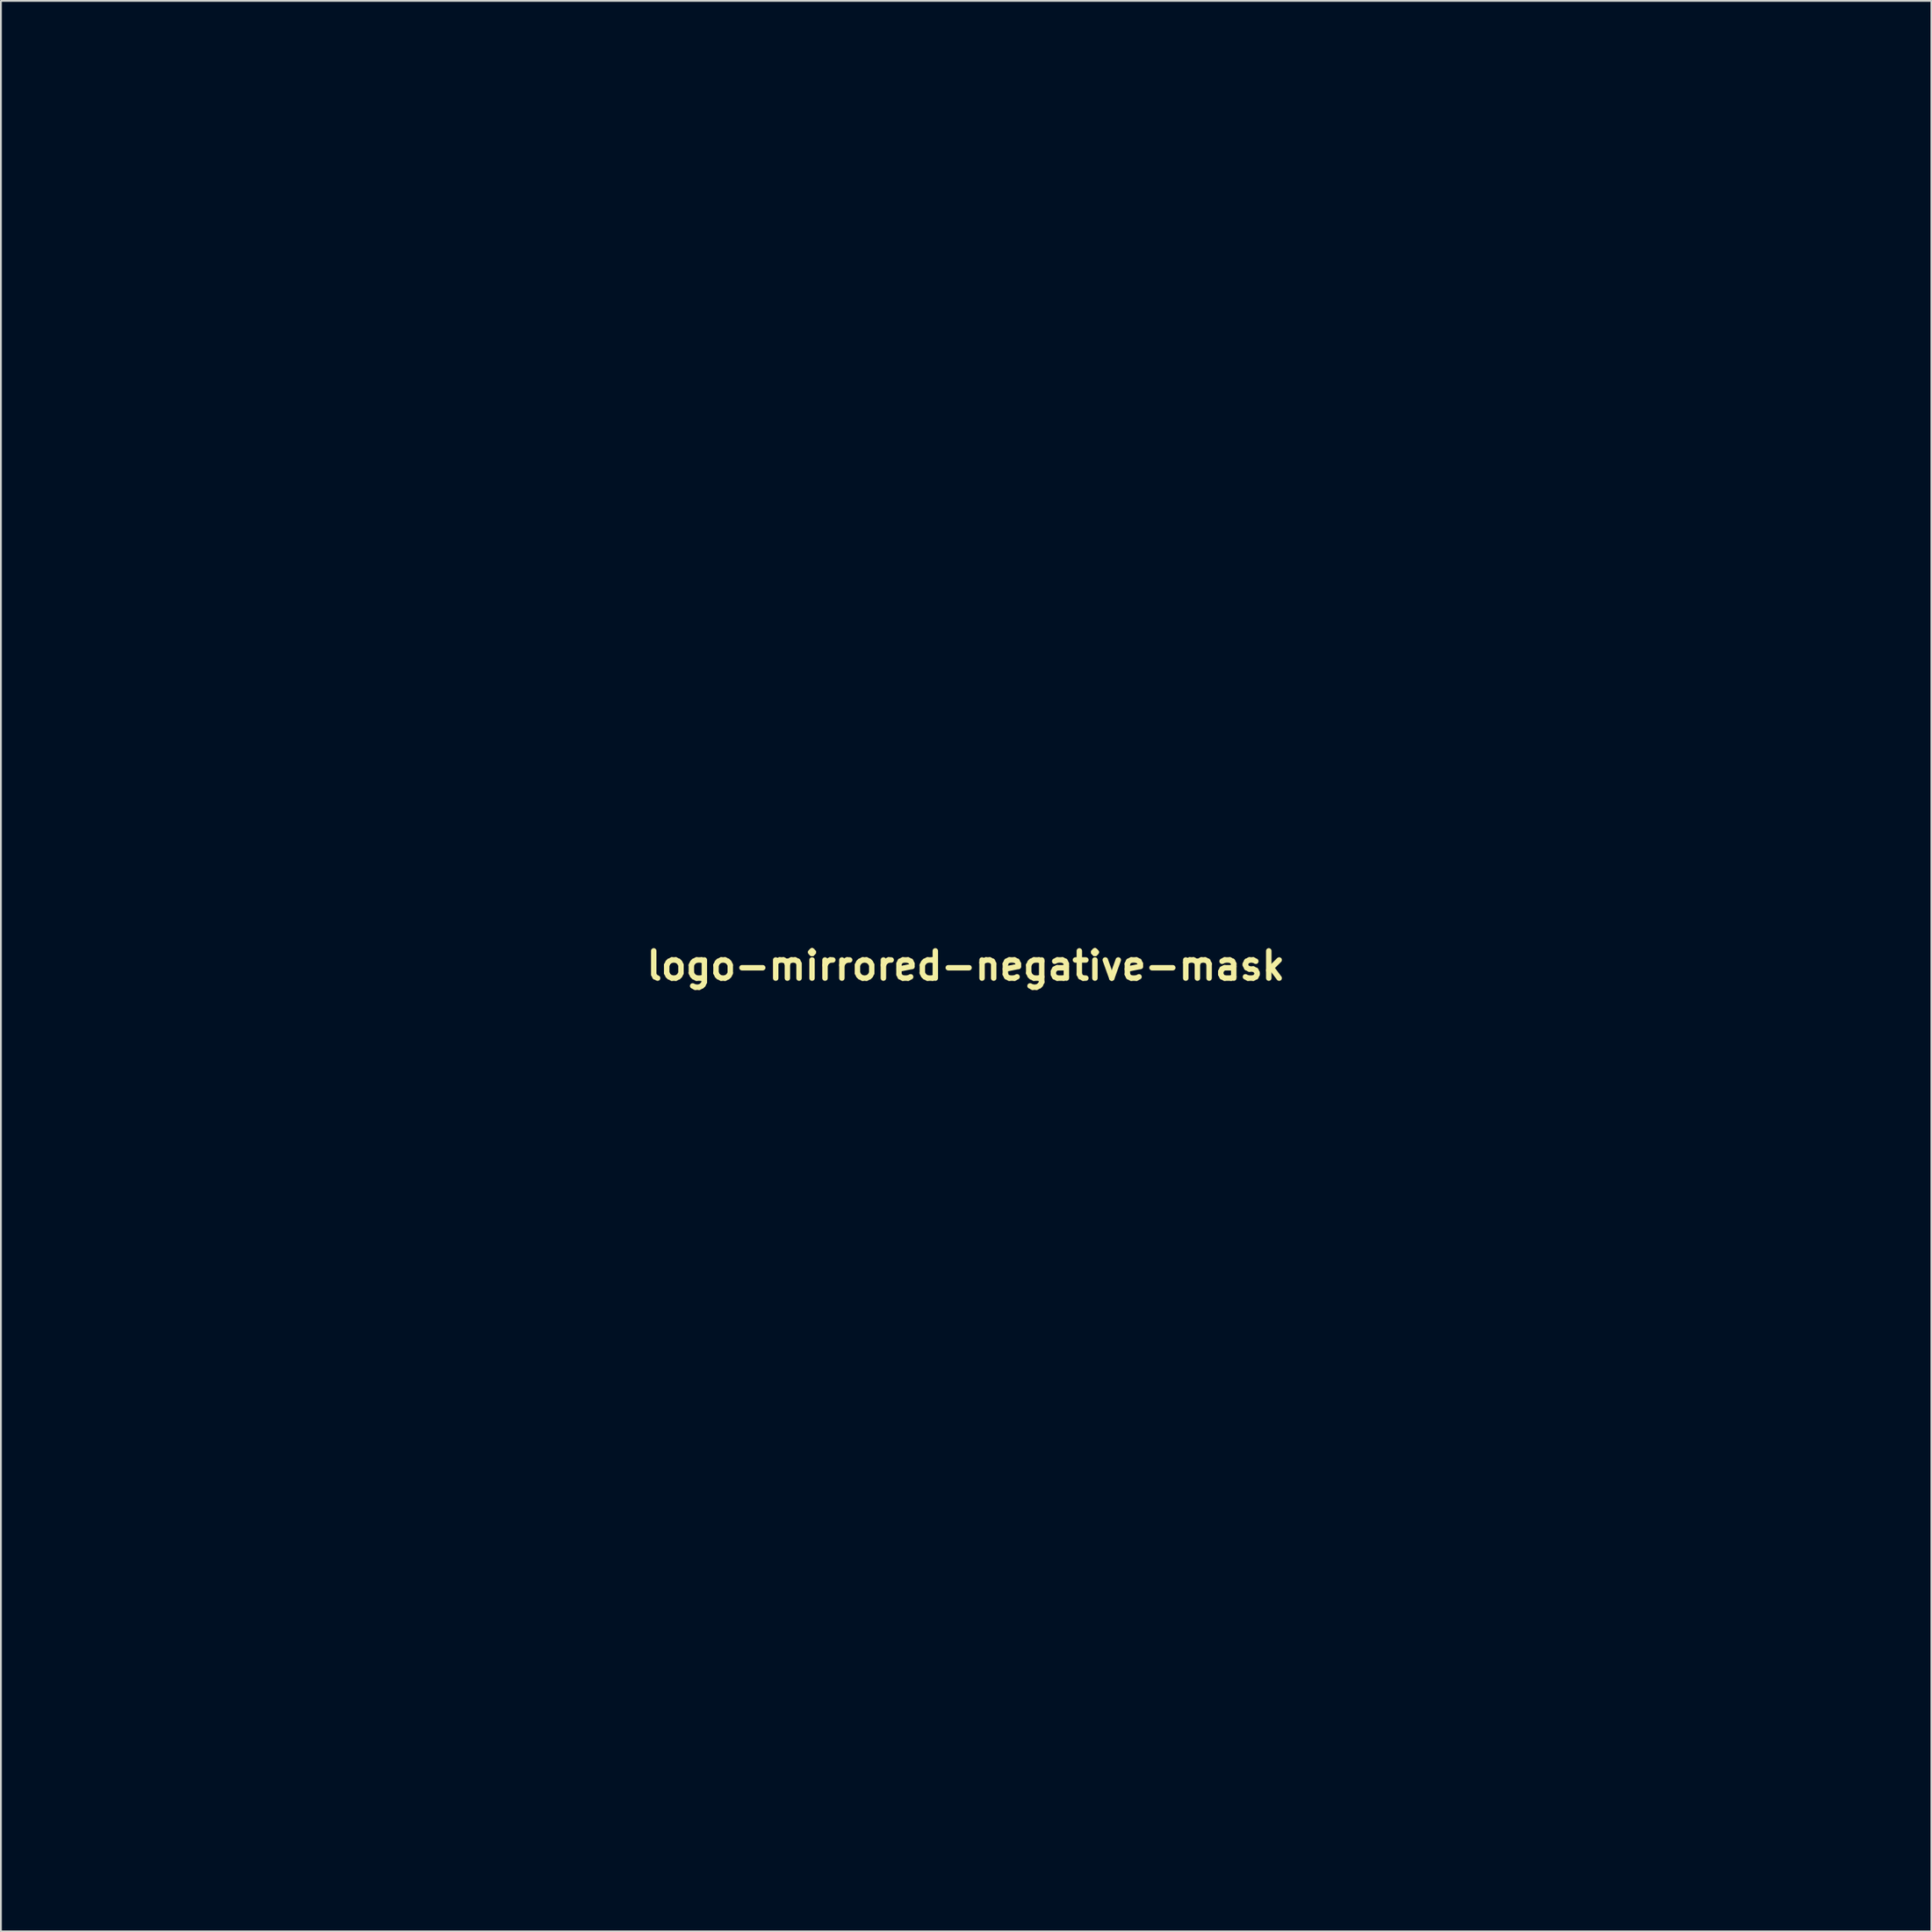
<source format=kicad_pcb>
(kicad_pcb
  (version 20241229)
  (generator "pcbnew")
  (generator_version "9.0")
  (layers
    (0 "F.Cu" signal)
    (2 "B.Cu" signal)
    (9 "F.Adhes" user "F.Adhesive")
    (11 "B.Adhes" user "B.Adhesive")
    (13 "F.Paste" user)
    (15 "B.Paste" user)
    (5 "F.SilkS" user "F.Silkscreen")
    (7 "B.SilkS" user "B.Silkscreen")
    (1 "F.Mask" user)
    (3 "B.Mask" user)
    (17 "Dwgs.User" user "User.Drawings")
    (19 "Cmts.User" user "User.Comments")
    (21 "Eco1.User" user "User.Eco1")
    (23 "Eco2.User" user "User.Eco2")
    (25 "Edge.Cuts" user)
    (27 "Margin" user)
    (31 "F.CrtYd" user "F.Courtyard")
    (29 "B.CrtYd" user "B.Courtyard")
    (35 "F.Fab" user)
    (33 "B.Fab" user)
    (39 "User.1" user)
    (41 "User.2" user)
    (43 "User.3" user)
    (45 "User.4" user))
  (footprint "logo-mirrored-negative-mask"
    (layer "F.Cu")
    (at 50.114 50.114)
    (property "Reference" "logo-mirrored-negative-mask" (at 0 0 0) (layer "F.SilkS") (effects (font (size 1.5 1.5) (thickness 0.3))))
    (attr board_only exclude_from_pos_files exclude_from_bom)
    (fp_poly (pts (xy -50.05 3.14) (xy -50.024 3.239) (xy -50 3.39) (xy -49.977 3.598) (xy -49.956 3.867) (xy -49.936 4.203) (xy -49.918 4.465) (xy -49.896 4.741) (xy -49.871 5.007) (xy -49.845 5.242) (xy -49.825 5.394) (xy -49.793 5.626) (xy -49.761 5.886) (xy -49.734 6.138) (xy -49.719 6.301) (xy -49.699 6.504) (xy -49.673 6.711) (xy -49.646 6.895) (xy -49.626 7.004) (xy -49.597 7.164) (xy -49.567 7.361) (xy -49.542 7.562) (xy -49.534 7.63) (xy -49.51 7.828) (xy -49.478 8.039) (xy -49.443 8.228) (xy -49.431 8.28) (xy -49.394 8.456) (xy -49.362 8.643) (xy -49.34 8.8) (xy -49.34 8.803) (xy -49.32 8.944) (xy -49.288 9.125) (xy -49.248 9.317) (xy -49.228 9.404) (xy -49.191 9.568) (xy -49.162 9.717) (xy -49.144 9.829) (xy -49.141 9.873) (xy -49.132 9.951) (xy -49.109 10.079) (xy -49.076 10.235) (xy -49.052 10.337) (xy -49.007 10.528) (xy -48.96 10.73) (xy -48.92 10.909) (xy -48.908 10.968) (xy -48.862 11.182) (xy -48.81 11.409) (xy -48.748 11.67) (xy -48.687 11.915) (xy -48.65 12.067) (xy -48.607 12.25) (xy -48.567 12.426) (xy -48.566 12.429) (xy -48.523 12.604) (xy -48.472 12.788) (xy -48.425 12.94) (xy -48.424 12.942) (xy -48.384 13.068) (xy -48.356 13.174) (xy -48.347 13.231) (xy -48.337 13.294) (xy -48.31 13.405) (xy -48.271 13.543) (xy -48.259 13.584) (xy -48.208 13.749) (xy -48.147 13.951) (xy -48.086 14.157) (xy -48.058 14.251) (xy -47.951 14.613) (xy -47.86 14.914) (xy -47.783 15.161) (xy -47.717 15.364) (xy -47.677 15.478) (xy -47.572 15.783) (xy -47.482 16.059) (xy -47.41 16.289) (xy -47.389 16.362) (xy -47.342 16.509) (xy -47.286 16.66) (xy -47.268 16.705) (xy -47.212 16.843) (xy -47.155 16.997) (xy -47.137 17.048) (xy -47.04 17.333) (xy -46.963 17.55) (xy -46.906 17.698) (xy -46.871 17.774) (xy -46.838 17.845) (xy -46.794 17.955) (xy -46.763 18.04) (xy -46.666 18.312) (xy -46.58 18.54) (xy -46.508 18.716) (xy -46.459 18.823) (xy -46.418 18.913) (xy -46.398 18.98) (xy -46.398 18.985) (xy -46.383 19.04) (xy -46.343 19.137) (xy -46.29 19.248) (xy -46.235 19.366) (xy -46.196 19.461) (xy -46.182 19.512) (xy -46.166 19.572) (xy -46.126 19.663) (xy -46.111 19.692) (xy -46.064 19.787) (xy -46.001 19.924) (xy -45.933 20.079) (xy -45.91 20.132) (xy -45.858 20.253) (xy -45.807 20.371) (xy -45.753 20.493) (xy -45.691 20.63) (xy -45.617 20.79) (xy -45.528 20.983) (xy -45.418 21.217) (xy -45.284 21.502) (xy -45.19 21.702) (xy -45.111 21.868) (xy -45.041 22.013) (xy -44.987 22.123) (xy -44.955 22.184) (xy -44.952 22.189) (xy -44.915 22.258) (xy -44.87 22.355) (xy -44.863 22.369) (xy -44.811 22.481) (xy -44.759 22.581) (xy -44.756 22.586) (xy -44.718 22.655) (xy -44.657 22.77) (xy -44.582 22.916) (xy -44.521 23.037) (xy -44.387 23.3) (xy -44.236 23.587) (xy -44.062 23.909) (xy -43.859 24.276) (xy -43.746 24.479) (xy -43.625 24.696) (xy -43.532 24.863) (xy -43.459 24.991) (xy -43.399 25.093) (xy -43.346 25.181) (xy -43.292 25.269) (xy -43.267 25.31) (xy -43.183 25.446) (xy -43.099 25.589) (xy -43.062 25.653) (xy -42.989 25.779) (xy -42.914 25.905) (xy -42.89 25.944) (xy -42.825 26.048) (xy -42.744 26.179) (xy -42.689 26.269) (xy -42.605 26.403) (xy -42.498 26.574) (xy -42.38 26.759) (xy -42.265 26.938) (xy -42.168 27.089) (xy -42.126 27.153) (xy -42.064 27.248) (xy -41.989 27.367) (xy -41.956 27.42) (xy -41.88 27.539) (xy -41.807 27.652) (xy -41.78 27.691) (xy -41.721 27.778) (xy -41.64 27.898) (xy -41.562 28.016) (xy -41.476 28.144) (xy -41.366 28.304) (xy -41.251 28.469) (xy -41.202 28.539) (xy -41.099 28.683) (xy -41.002 28.82) (xy -40.925 28.929) (xy -40.895 28.972) (xy -40.812 29.09) (xy -40.725 29.211) (xy -40.716 29.224) (xy -40.632 29.342) (xy -40.546 29.464) (xy -40.537 29.477) (xy -40.421 29.638) (xy -40.279 29.832) (xy -40.128 30.035) (xy -39.985 30.224) (xy -39.902 30.331) (xy -39.797 30.465) (xy -39.689 30.604) (xy -39.612 30.704) (xy -39.513 30.831) (xy -39.392 30.986) (xy -39.258 31.157) (xy -39.119 31.333) (xy -38.984 31.503) (xy -38.862 31.656) (xy -38.762 31.781) (xy -38.693 31.867) (xy -38.67 31.894) (xy -38.625 31.947) (xy -38.54 32.046) (xy -38.424 32.181) (xy -38.285 32.344) (xy -38.131 32.524) (xy -38.053 32.616) (xy -37.798 32.913) (xy -37.579 33.166) (xy -37.385 33.387) (xy -37.207 33.586) (xy -37.034 33.776) (xy -36.855 33.967) (xy -36.661 34.172) (xy -36.547 34.291) (xy -36.364 34.482) (xy -36.162 34.692) (xy -35.963 34.9) (xy -35.785 35.087) (xy -35.715 35.16) (xy -35.441 35.441) (xy -35.138 35.742) (xy -34.833 36.035) (xy -34.651 36.206) (xy -34.613 36.242) (xy -34.531 36.318) (xy -34.417 36.426) (xy -34.279 36.556) (xy -34.128 36.698) (xy -33.972 36.845) (xy -33.823 36.986) (xy -33.689 37.112) (xy -33.58 37.214) (xy -33.506 37.284) (xy -33.489 37.3) (xy -33.438 37.346) (xy -33.341 37.431) (xy -33.205 37.549) (xy -33.04 37.692) (xy -32.853 37.853) (xy -32.674 38.007) (xy -32.475 38.177) (xy -32.29 38.336) (xy -32.128 38.475) (xy -31.995 38.589) (xy -31.902 38.669) (xy -31.858 38.706) (xy -31.8 38.754) (xy -31.694 38.839) (xy -31.55 38.954) (xy -31.378 39.091) (xy -31.187 39.242) (xy -30.986 39.401) (xy -30.784 39.559) (xy -30.644 39.669) (xy -30.499 39.781) (xy -30.335 39.908) (xy -30.164 40.038) (xy -29.999 40.164) (xy -29.852 40.275) (xy -29.736 40.362) (xy -29.663 40.415) (xy -29.657 40.419) (xy -29.498 40.531) (xy -29.305 40.669) (xy -29.066 40.84) (xy -29.062 40.843) (xy -28.928 40.94) (xy -28.799 41.031) (xy -28.699 41.101) (xy -28.683 41.112) (xy -28.581 41.183) (xy -28.455 41.272) (xy -28.377 41.328) (xy -28.246 41.419) (xy -28.093 41.524) (xy -27.98 41.599) (xy -27.853 41.683) (xy -27.734 41.762) (xy -27.655 41.816) (xy -27.562 41.879) (xy -27.441 41.957) (xy -27.366 42.004) (xy -27.134 42.151) (xy -26.919 42.289) (xy -26.731 42.411) (xy -26.579 42.511) (xy -26.474 42.583) (xy -26.441 42.608) (xy -26.353 42.668) (xy -26.279 42.707) (xy -26.218 42.738) (xy -26.118 42.799) (xy -25.996 42.877) (xy -25.959 42.901) (xy -25.824 42.989) (xy -25.694 43.067) (xy -25.594 43.122) (xy -25.58 43.129) (xy -25.474 43.185) (xy -25.348 43.26) (xy -25.292 43.296) (xy -25.165 43.376) (xy -25.033 43.452) (xy -24.985 43.478) (xy -24.88 43.535) (xy -24.742 43.613) (xy -24.606 43.694) (xy -24.468 43.775) (xy -24.331 43.853) (xy -24.227 43.909) (xy -24.109 43.972) (xy -23.969 44.047) (xy -23.903 44.083) (xy -23.7 44.194) (xy -23.49 44.308) (xy -23.287 44.417) (xy -23.104 44.513) (xy -22.957 44.59) (xy -22.858 44.639) (xy -22.856 44.64) (xy -22.754 44.69) (xy -22.674 44.733) (xy -22.658 44.742) (xy -22.59 44.779) (xy -22.493 44.826) (xy -22.478 44.832) (xy -22.409 44.864) (xy -22.288 44.923) (xy -22.123 45.003) (xy -21.927 45.1) (xy -21.711 45.206) (xy -21.593 45.265) (xy -21.378 45.371) (xy -21.183 45.466) (xy -21.019 45.544) (xy -20.895 45.602) (xy -20.82 45.635) (xy -20.803 45.641) (xy -20.752 45.656) (xy -20.642 45.703) (xy -20.47 45.781) (xy -20.235 45.892) (xy -20.114 45.95) (xy -20.008 45.999) (xy -19.927 46.03) (xy -19.898 46.038) (xy -19.848 46.052) (xy -19.757 46.09) (xy -19.682 46.126) (xy -19.52 46.202) (xy -19.353 46.276) (xy -19.195 46.343) (xy -19.062 46.396) (xy -18.969 46.428) (xy -18.936 46.435) (xy -18.874 46.452) (xy -18.788 46.496) (xy -18.777 46.502) (xy -18.675 46.554) (xy -18.544 46.606) (xy -18.489 46.624) (xy -18.348 46.671) (xy -18.189 46.73) (xy -18.112 46.76) (xy -17.956 46.823) (xy -17.787 46.891) (xy -17.715 46.921) (xy -17.504 47.003) (xy -17.262 47.09) (xy -16.993 47.18) (xy -16.853 47.23) (xy -16.704 47.289) (xy -16.669 47.304) (xy -16.529 47.358) (xy -16.375 47.411) (xy -16.326 47.425) (xy -16.117 47.488) (xy -15.857 47.572) (xy -15.561 47.672) (xy -15.442 47.713) (xy -15.295 47.763) (xy -15.112 47.823) (xy -14.927 47.882) (xy -14.883 47.895) (xy -14.7 47.952) (xy -14.507 48.014) (xy -14.338 48.068) (xy -14.306 48.079) (xy -14.156 48.125) (xy -14.012 48.165) (xy -13.909 48.188) (xy -13.798 48.214) (xy -13.654 48.255) (xy -13.521 48.298) (xy -13.389 48.341) (xy -13.276 48.371) (xy -13.205 48.383) (xy -13.205 48.383) (xy -13.133 48.394) (xy -13.02 48.424) (xy -12.906 48.46) (xy -12.755 48.507) (xy -12.572 48.558) (xy -12.396 48.601) (xy -12.393 48.602) (xy -12.216 48.642) (xy -12.029 48.687) (xy -11.871 48.725) (xy -11.87 48.725) (xy -11.584 48.796) (xy -11.348 48.852) (xy -11.14 48.9) (xy -10.94 48.942) (xy -10.932 48.944) (xy -10.772 48.979) (xy -10.575 49.023) (xy -10.375 49.07) (xy -10.301 49.088) (xy -10.139 49.126) (xy -9.995 49.156) (xy -9.888 49.173) (xy -9.849 49.177) (xy -9.769 49.186) (xy -9.647 49.211) (xy -9.507 49.246) (xy -9.503 49.247) (xy -9.344 49.285) (xy -9.148 49.322) (xy -8.954 49.351) (xy -8.908 49.357) (xy -8.709 49.384) (xy -8.49 49.42) (xy -8.294 49.458) (xy -8.262 49.465) (xy -8.08 49.501) (xy -7.864 49.536) (xy -7.654 49.564) (xy -7.594 49.57) (xy -7.401 49.593) (xy -7.198 49.622) (xy -7.021 49.652) (xy -6.968 49.663) (xy -6.821 49.689) (xy -6.629 49.716) (xy -6.42 49.74) (xy -6.265 49.755) (xy -6.043 49.776) (xy -5.786 49.805) (xy -5.529 49.837) (xy -5.358 49.861) (xy -5.165 49.886) (xy -4.922 49.912) (xy -4.652 49.937) (xy -4.377 49.958) (xy -4.167 49.972) (xy -3.831 49.992) (xy -3.561 50.014) (xy -3.354 50.036) (xy -3.203 50.06) (xy -3.104 50.086) (xy -3.052 50.115) (xy -3.085 50.118) (xy -3.19 50.12) (xy -3.367 50.123) (xy -3.616 50.125) (xy -3.935 50.127) (xy -4.326 50.129) (xy -4.787 50.131) (xy -5.319 50.133) (xy -5.92 50.135) (xy -6.592 50.137) (xy -7.334 50.139) (xy -8.145 50.14) (xy -9.025 50.142) (xy -9.974 50.143) (xy -10.992 50.144) (xy -12.079 50.145) (xy -13.233 50.146) (xy -14.456 50.147) (xy -15.747 50.148) (xy -17.105 50.149) (xy -18.53 50.149) (xy -20.023 50.15) (xy -21.582 50.15) (xy -23.207 50.15) (xy -24.9 50.151) (xy -26.565 50.151) (xy -50.114 50.151) (xy -50.114 26.601) (xy -50.114 24.847) (xy -50.114 23.158) (xy -50.114 21.536) (xy -50.114 19.98) (xy -50.113 18.491) (xy -50.113 17.069) (xy -50.112 15.715) (xy -50.111 14.428) (xy -50.11 13.208) (xy -50.109 12.057) (xy -50.108 10.974) (xy -50.107 9.96) (xy -50.105 9.014) (xy -50.104 8.137) (xy -50.102 7.33) (xy -50.101 6.592) (xy -50.099 5.924) (xy -50.097 5.325) (xy -50.095 4.797) (xy -50.093 4.34) (xy -50.091 3.953) (xy -50.089 3.637) (xy -50.086 3.393) (xy -50.084 3.219) (xy -50.081 3.118) (xy -50.079 3.088)) (stroke (width 0) (type solid)) (fill yes) (layer "F.Mask"))
    (fp_poly (pts (xy 50.151 -26.591) (xy 50.151 -25.291) (xy 50.15 -24.009) (xy 50.15 -22.746) (xy 50.15 -21.506) (xy 50.15 -20.289) (xy 50.15 -19.098) (xy 50.149 -17.934) (xy 50.149 -16.799) (xy 50.148 -15.695) (xy 50.148 -14.625) (xy 50.147 -13.589) (xy 50.147 -12.591) (xy 50.146 -11.631) (xy 50.146 -10.711) (xy 50.145 -9.834) (xy 50.144 -9.002) (xy 50.143 -8.216) (xy 50.143 -7.478) (xy 50.142 -6.79) (xy 50.141 -6.154) (xy 50.14 -5.572) (xy 50.139 -5.046) (xy 50.138 -4.578) (xy 50.137 -4.169) (xy 50.136 -3.821) (xy 50.135 -3.537) (xy 50.134 -3.318) (xy 50.133 -3.166) (xy 50.132 -3.083) (xy 50.132 -3.067) (xy 50.106 -3.096) (xy 50.081 -3.15) (xy 50.063 -3.208) (xy 50.047 -3.289) (xy 50.031 -3.4) (xy 50.016 -3.55) (xy 49.999 -3.747) (xy 49.98 -3.997) (xy 49.959 -4.31) (xy 49.953 -4.402) (xy 49.935 -4.656) (xy 49.914 -4.909) (xy 49.892 -5.143) (xy 49.87 -5.342) (xy 49.85 -5.487) (xy 49.848 -5.502) (xy 49.822 -5.673) (xy 49.796 -5.887) (xy 49.771 -6.114) (xy 49.755 -6.289) (xy 49.736 -6.492) (xy 49.712 -6.695) (xy 49.686 -6.872) (xy 49.664 -6.992) (xy 49.639 -7.125) (xy 49.61 -7.305) (xy 49.581 -7.509) (xy 49.557 -7.707) (xy 49.534 -7.893) (xy 49.51 -8.059) (xy 49.487 -8.191) (xy 49.469 -8.269) (xy 49.467 -8.274) (xy 49.449 -8.347) (xy 49.425 -8.472) (xy 49.398 -8.633) (xy 49.376 -8.793) (xy 49.349 -8.98) (xy 49.318 -9.159) (xy 49.289 -9.307) (xy 49.268 -9.39) (xy 49.238 -9.511) (xy 49.206 -9.671) (xy 49.179 -9.839) (xy 49.176 -9.859) (xy 49.147 -10.035) (xy 49.11 -10.217) (xy 49.072 -10.367) (xy 49.07 -10.374) (xy 49.027 -10.537) (xy 48.991 -10.715) (xy 48.977 -10.807) (xy 48.952 -10.951) (xy 48.913 -11.127) (xy 48.868 -11.298) (xy 48.865 -11.308) (xy 48.825 -11.452) (xy 48.795 -11.579) (xy 48.78 -11.664) (xy 48.78 -11.676) (xy 48.769 -11.749) (xy 48.741 -11.867) (xy 48.702 -12.008) (xy 48.692 -12.04) (xy 48.647 -12.198) (xy 48.607 -12.353) (xy 48.582 -12.474) (xy 48.58 -12.484) (xy 48.551 -12.62) (xy 48.507 -12.771) (xy 48.488 -12.823) (xy 48.442 -12.966) (xy 48.406 -13.116) (xy 48.397 -13.165) (xy 48.369 -13.304) (xy 48.326 -13.456) (xy 48.308 -13.512) (xy 48.264 -13.647) (xy 48.217 -13.812) (xy 48.186 -13.937) (xy 48.15 -14.078) (xy 48.111 -14.203) (xy 48.08 -14.281) (xy 48.044 -14.372) (xy 48.009 -14.5) (xy 47.991 -14.585) (xy 47.959 -14.721) (xy 47.92 -14.844) (xy 47.897 -14.898) (xy 47.857 -14.997) (xy 47.817 -15.129) (xy 47.801 -15.197) (xy 47.768 -15.328) (xy 47.728 -15.446) (xy 47.709 -15.49) (xy 47.672 -15.578) (xy 47.628 -15.706) (xy 47.59 -15.833) (xy 47.544 -15.985) (xy 47.484 -16.169) (xy 47.421 -16.349) (xy 47.41 -16.38) (xy 47.345 -16.559) (xy 47.277 -16.75) (xy 47.219 -16.917) (xy 47.211 -16.939) (xy 47.115 -17.216) (xy 47.029 -17.451) (xy 46.956 -17.635) (xy 46.9 -17.76) (xy 46.896 -17.769) (xy 46.848 -17.885) (xy 46.814 -18.004) (xy 46.78 -18.117) (xy 46.735 -18.213) (xy 46.735 -18.214) (xy 46.693 -18.299) (xy 46.647 -18.418) (xy 46.628 -18.479) (xy 46.581 -18.61) (xy 46.527 -18.733) (xy 46.504 -18.773) (xy 46.458 -18.864) (xy 46.435 -18.938) (xy 46.435 -18.945) (xy 46.418 -19.009) (xy 46.377 -19.108) (xy 46.344 -19.173) (xy 46.293 -19.277) (xy 46.26 -19.358) (xy 46.254 -19.387) (xy 46.239 -19.44) (xy 46.199 -19.536) (xy 46.147 -19.646) (xy 46.092 -19.76) (xy 46.053 -19.848) (xy 46.039 -19.891) (xy 46.024 -19.936) (xy 45.986 -20.028) (xy 45.934 -20.147) (xy 45.927 -20.162) (xy 45.861 -20.306) (xy 45.797 -20.447) (xy 45.752 -20.547) (xy 45.7 -20.661) (xy 45.63 -20.814) (xy 45.536 -21.014) (xy 45.417 -21.27) (xy 45.376 -21.359) (xy 45.314 -21.492) (xy 45.256 -21.62) (xy 45.228 -21.684) (xy 45.182 -21.782) (xy 45.142 -21.857) (xy 45.138 -21.864) (xy 45.101 -21.93) (xy 45.051 -22.029) (xy 45.035 -22.063) (xy 44.984 -22.17) (xy 44.938 -22.261) (xy 44.928 -22.279) (xy 44.895 -22.343) (xy 44.839 -22.452) (xy 44.772 -22.589) (xy 44.738 -22.658) (xy 44.657 -22.82) (xy 44.556 -23.017) (xy 44.45 -23.221) (xy 44.375 -23.362) (xy 44.285 -23.53) (xy 44.2 -23.689) (xy 44.131 -23.821) (xy 44.088 -23.903) (xy 44.029 -24.012) (xy 43.952 -24.151) (xy 43.888 -24.263) (xy 43.811 -24.4) (xy 43.736 -24.536) (xy 43.689 -24.624) (xy 43.628 -24.736) (xy 43.549 -24.874) (xy 43.493 -24.967) (xy 43.41 -25.105) (xy 43.325 -25.248) (xy 43.279 -25.328) (xy 43.219 -25.432) (xy 43.17 -25.517) (xy 43.153 -25.544) (xy 43.119 -25.601) (xy 43.061 -25.699) (xy 42.99 -25.82) (xy 42.982 -25.833) (xy 42.838 -26.074) (xy 42.715 -26.269) (xy 42.609 -26.428) (xy 42.549 -26.519) (xy 42.471 -26.64) (xy 42.412 -26.735) (xy 42.333 -26.86) (xy 42.257 -26.977) (xy 42.214 -27.042) (xy 42.151 -27.135) (xy 42.073 -27.256) (xy 42.026 -27.33) (xy 41.896 -27.538) (xy 41.797 -27.696) (xy 41.72 -27.816) (xy 41.658 -27.91) (xy 41.603 -27.991) (xy 41.548 -28.069) (xy 41.546 -28.072) (xy 41.494 -28.145) (xy 41.414 -28.258) (xy 41.319 -28.394) (xy 41.263 -28.473) (xy 41.16 -28.619) (xy 41.059 -28.761) (xy 40.976 -28.877) (xy 40.946 -28.918) (xy 40.86 -29.036) (xy 40.774 -29.156) (xy 40.751 -29.188) (xy 40.671 -29.301) (xy 40.59 -29.413) (xy 40.581 -29.427) (xy 40.515 -29.519) (xy 40.431 -29.64) (xy 40.366 -29.734) (xy 40.272 -29.866) (xy 40.158 -30.019) (xy 40.059 -30.148) (xy 39.838 -30.43) (xy 39.629 -30.695) (xy 39.44 -30.936) (xy 39.278 -31.142) (xy 39.15 -31.305) (xy 39.1 -31.368) (xy 38.991 -31.508) (xy 38.876 -31.656) (xy 38.788 -31.771) (xy 38.694 -31.889) (xy 38.599 -32) (xy 38.544 -32.059) (xy 38.491 -32.117) (xy 38.4 -32.221) (xy 38.278 -32.36) (xy 38.134 -32.526) (xy 37.977 -32.709) (xy 37.903 -32.796) (xy 37.706 -33.026) (xy 37.546 -33.213) (xy 37.411 -33.368) (xy 37.292 -33.504) (xy 37.178 -33.631) (xy 37.057 -33.762) (xy 36.921 -33.909) (xy 36.799 -34.039) (xy 36.393 -34.468) (xy 36.02 -34.857) (xy 35.665 -35.221) (xy 35.313 -35.573) (xy 34.951 -35.928) (xy 34.565 -36.299) (xy 34.14 -36.701) (xy 34.059 -36.777) (xy 33.876 -36.949) (xy 33.723 -37.091) (xy 33.588 -37.215) (xy 33.458 -37.331) (xy 33.319 -37.453) (xy 33.16 -37.59) (xy 32.966 -37.755) (xy 32.814 -37.884) (xy 32.629 -38.041) (xy 32.457 -38.189) (xy 32.307 -38.319) (xy 32.19 -38.422) (xy 32.114 -38.49) (xy 32.099 -38.505) (xy 32.024 -38.572) (xy 31.91 -38.665) (xy 31.777 -38.769) (xy 31.72 -38.812) (xy 31.561 -38.933) (xy 31.378 -39.075) (xy 31.205 -39.214) (xy 31.155 -39.255) (xy 31.003 -39.378) (xy 30.842 -39.505) (xy 30.699 -39.616) (xy 30.65 -39.653) (xy 30.519 -39.751) (xy 30.424 -39.823) (xy 30.344 -39.885) (xy 30.257 -39.955) (xy 30.141 -40.05) (xy 30.108 -40.077) (xy 29.98 -40.179) (xy 29.851 -40.277) (xy 29.748 -40.349) (xy 29.748 -40.349) (xy 29.631 -40.428) (xy 29.517 -40.507) (xy 29.49 -40.526) (xy 29.407 -40.586) (xy 29.287 -40.67) (xy 29.153 -40.765) (xy 29.121 -40.788) (xy 28.972 -40.893) (xy 28.818 -41.002) (xy 28.688 -41.095) (xy 28.675 -41.104) (xy 28.55 -41.193) (xy 28.428 -41.279) (xy 28.359 -41.328) (xy 28.248 -41.407) (xy 28.125 -41.498) (xy 28.088 -41.526) (xy 27.983 -41.601) (xy 27.885 -41.663) (xy 27.853 -41.681) (xy 27.782 -41.721) (xy 27.671 -41.789) (xy 27.54 -41.872) (xy 27.493 -41.903) (xy 27.333 -42.008) (xy 27.146 -42.129) (xy 26.966 -42.247) (xy 26.915 -42.279) (xy 26.745 -42.39) (xy 26.56 -42.511) (xy 26.393 -42.622) (xy 26.347 -42.652) (xy 26.208 -42.742) (xy 26.073 -42.826) (xy 25.968 -42.888) (xy 25.95 -42.898) (xy 25.852 -42.952) (xy 25.774 -42.997) (xy 25.761 -43.005) (xy 25.605 -43.1) (xy 25.41 -43.216) (xy 25.191 -43.344) (xy 24.963 -43.477) (xy 24.74 -43.605) (xy 24.539 -43.719) (xy 24.373 -43.812) (xy 24.282 -43.861) (xy 24.133 -43.94) (xy 23.974 -44.027) (xy 23.827 -44.109) (xy 23.714 -44.174) (xy 23.686 -44.19) (xy 23.594 -44.239) (xy 23.524 -44.27) (xy 23.446 -44.307) (xy 23.332 -44.368) (xy 23.217 -44.432) (xy 23.085 -44.506) (xy 22.957 -44.572) (xy 22.874 -44.612) (xy 22.77 -44.661) (xy 22.683 -44.706) (xy 22.676 -44.71) (xy 22.59 -44.756) (xy 22.496 -44.802) (xy 22.363 -44.865) (xy 22.247 -44.926) (xy 22.207 -44.949) (xy 22.125 -44.991) (xy 22.02 -45.04) (xy 22.009 -45.045) (xy 21.897 -45.096) (xy 21.798 -45.146) (xy 21.792 -45.149) (xy 21.709 -45.191) (xy 21.591 -45.248) (xy 21.503 -45.288) (xy 21.239 -45.41) (xy 21.004 -45.519) (xy 20.809 -45.611) (xy 20.663 -45.681) (xy 20.601 -45.712) (xy 20.493 -45.762) (xy 20.395 -45.8) (xy 20.385 -45.803) (xy 20.289 -45.839) (xy 20.131 -45.907) (xy 19.914 -46.006) (xy 19.647 -46.132) (xy 19.539 -46.18) (xy 19.453 -46.211) (xy 19.421 -46.218) (xy 19.363 -46.233) (xy 19.267 -46.273) (xy 19.194 -46.308) (xy 19.086 -46.358) (xy 19 -46.391) (xy 18.966 -46.398) (xy 18.908 -46.414) (xy 18.812 -46.455) (xy 18.747 -46.488) (xy 18.642 -46.54) (xy 18.559 -46.572) (xy 18.53 -46.579) (xy 18.473 -46.595) (xy 18.379 -46.636) (xy 18.322 -46.665) (xy 18.198 -46.722) (xy 18.077 -46.767) (xy 18.037 -46.777) (xy 17.928 -46.81) (xy 17.799 -46.862) (xy 17.751 -46.885) (xy 17.631 -46.939) (xy 17.518 -46.981) (xy 17.482 -46.991) (xy 17.379 -47.023) (xy 17.257 -47.07) (xy 17.229 -47.082) (xy 17.104 -47.131) (xy 16.98 -47.169) (xy 16.957 -47.174) (xy 16.837 -47.209) (xy 16.729 -47.253) (xy 16.617 -47.302) (xy 16.452 -47.365) (xy 16.248 -47.435) (xy 16.021 -47.509) (xy 15.821 -47.569) (xy 15.684 -47.61) (xy 15.559 -47.649) (xy 15.43 -47.691) (xy 15.279 -47.742) (xy 15.089 -47.809) (xy 14.937 -47.863) (xy 14.792 -47.91) (xy 14.651 -47.949) (xy 14.559 -47.969) (xy 14.437 -47.998) (xy 14.328 -48.038) (xy 14.317 -48.043) (xy 14.231 -48.078) (xy 14.102 -48.117) (xy 13.973 -48.15) (xy 13.814 -48.19) (xy 13.652 -48.237) (xy 13.548 -48.272) (xy 13.404 -48.316) (xy 13.254 -48.352) (xy 13.202 -48.361) (xy 13.063 -48.39) (xy 12.911 -48.434) (xy 12.859 -48.452) (xy 12.717 -48.498) (xy 12.569 -48.535) (xy 12.52 -48.544) (xy 12.404 -48.567) (xy 12.252 -48.606) (xy 12.092 -48.651) (xy 12.076 -48.656) (xy 11.933 -48.698) (xy 11.808 -48.728) (xy 11.723 -48.743) (xy 11.712 -48.743) (xy 11.64 -48.754) (xy 11.522 -48.78) (xy 11.38 -48.818) (xy 11.344 -48.829) (xy 11.175 -48.874) (xy 10.998 -48.914) (xy 10.851 -48.94) (xy 10.843 -48.941) (xy 10.681 -48.968) (xy 10.503 -49.008) (xy 10.41 -49.034) (xy 10.264 -49.071) (xy 10.083 -49.108) (xy 9.905 -49.136) (xy 9.889 -49.138) (xy 9.704 -49.166) (xy 9.506 -49.204) (xy 9.336 -49.243) (xy 9.33 -49.245) (xy 9.152 -49.286) (xy 8.955 -49.32) (xy 8.816 -49.337) (xy 8.645 -49.359) (xy 8.448 -49.392) (xy 8.275 -49.428) (xy 8.109 -49.463) (xy 7.905 -49.497) (xy 7.697 -49.527) (xy 7.613 -49.537) (xy 7.426 -49.56) (xy 7.239 -49.588) (xy 7.08 -49.616) (xy 7.017 -49.629) (xy 6.897 -49.652) (xy 6.727 -49.676) (xy 6.529 -49.7) (xy 6.325 -49.719) (xy 6.314 -49.72) (xy 6.101 -49.74) (xy 5.883 -49.764) (xy 5.686 -49.789) (xy 5.538 -49.811) (xy 5.416 -49.829) (xy 5.237 -49.849) (xy 5.016 -49.87) (xy 4.769 -49.891) (xy 4.511 -49.91) (xy 4.42 -49.916) (xy 4.055 -49.942) (xy 3.758 -49.966) (xy 3.524 -49.989) (xy 3.347 -50.012) (xy 3.224 -50.037) (xy 3.149 -50.062) (xy 3.125 -50.078) (xy 3.155 -50.081) (xy 3.25 -50.083) (xy 3.411 -50.086) (xy 3.637 -50.088) (xy 3.93 -50.091) (xy 4.289 -50.093) (xy 4.715 -50.095) (xy 5.208 -50.097) (xy 5.768 -50.099) (xy 6.395 -50.1) (xy 7.09 -50.102) (xy 7.853 -50.104) (xy 8.685 -50.105) (xy 9.585 -50.107) (xy 10.554 -50.108) (xy 11.592 -50.109) (xy 12.699 -50.11) (xy 13.876 -50.111) (xy 15.123 -50.112) (xy 16.44 -50.112) (xy 17.827 -50.113) (xy 19.286 -50.113) (xy 20.815 -50.114) (xy 22.415 -50.114) (xy 24.087 -50.114) (xy 25.831 -50.114) (xy 26.619 -50.114) (xy 50.151 -50.114)) (stroke (width 0) (type solid)) (fill yes) (layer "F.Mask"))
    (fp_poly (pts (xy -24.949 -50.114) (xy -23.459 -50.114) (xy -22.011 -50.114) (xy -20.606 -50.114) (xy -19.245 -50.113) (xy -17.93 -50.113) (xy -16.661 -50.112) (xy -15.441 -50.111) (xy -14.269 -50.111) (xy -13.147 -50.11) (xy -12.077 -50.109) (xy -11.059 -50.108) (xy -10.095 -50.107) (xy -9.185 -50.105) (xy -8.332 -50.104) (xy -7.536 -50.103) (xy -6.798 -50.101) (xy -6.12 -50.1) (xy -5.502 -50.098) (xy -4.946 -50.096) (xy -4.454 -50.095) (xy -4.025 -50.093) (xy -3.662 -50.091) (xy -3.366 -50.089) (xy -3.137 -50.087) (xy -2.977 -50.085) (xy -2.887 -50.083) (xy -2.867 -50.081) (xy -2.923 -50.047) (xy -3.048 -50.015) (xy -3.242 -49.987) (xy -3.507 -49.961) (xy -3.843 -49.938) (xy -3.905 -49.935) (xy -4.252 -49.915) (xy -4.533 -49.895) (xy -4.754 -49.875) (xy -4.923 -49.855) (xy -5.045 -49.831) (xy -5.126 -49.805) (xy -5.174 -49.774) (xy -5.194 -49.737) (xy -5.195 -49.72) (xy -5.17 -49.651) (xy -5.112 -49.581) (xy -5.048 -49.54) (xy -5.033 -49.537) (xy -4.989 -49.523) (xy -4.899 -49.486) (xy -4.782 -49.434) (xy -4.655 -49.375) (xy -4.538 -49.319) (xy -4.465 -49.282) (xy -4.375 -49.235) (xy -4.293 -49.193) (xy -4.197 -49.147) (xy -4.067 -49.087) (xy -3.987 -49.05) (xy -3.877 -48.999) (xy -3.775 -48.952) (xy -3.671 -48.904) (xy -3.551 -48.848) (xy -3.405 -48.78) (xy -3.221 -48.693) (xy -2.986 -48.583) (xy -2.904 -48.545) (xy -2.577 -48.391) (xy -2.265 -48.245) (xy -1.976 -48.109) (xy -1.718 -47.986) (xy -1.496 -47.881) (xy -1.318 -47.797) (xy -1.191 -47.736) (xy -1.122 -47.702) (xy -1.118 -47.7) (xy -1.007 -47.644) (xy -0.886 -47.586) (xy -0.728 -47.512) (xy -0.722 -47.509) (xy -0.591 -47.449) (xy -0.427 -47.373) (xy -0.262 -47.296) (xy -0.235 -47.283) (xy -0.065 -47.204) (xy 0.117 -47.12) (xy 0.273 -47.048) (xy 0.289 -47.041) (xy 0.413 -46.982) (xy 0.516 -46.931) (xy 0.577 -46.9) (xy 0.577 -46.899) (xy 0.658 -46.857) (xy 0.686 -46.845) (xy 0.752 -46.816) (xy 0.863 -46.766) (xy 0.998 -46.704) (xy 1.134 -46.641) (xy 1.253 -46.585) (xy 1.332 -46.546) (xy 1.344 -46.54) (xy 1.436 -46.492) (xy 1.526 -46.447) (xy 1.637 -46.394) (xy 1.768 -46.334) (xy 1.896 -46.274) (xy 2.066 -46.194) (xy 2.255 -46.105) (xy 2.417 -46.027) (xy 2.88 -45.807) (xy 3.331 -45.594) (xy 3.755 -45.394) (xy 4.139 -45.215) (xy 4.348 -45.119) (xy 4.499 -45.049) (xy 4.605 -44.999) (xy 4.685 -44.96) (xy 4.758 -44.923) (xy 4.817 -44.892) (xy 4.885 -44.858) (xy 4.996 -44.806) (xy 5.123 -44.746) (xy 5.254 -44.686) (xy 5.426 -44.606) (xy 5.613 -44.518) (xy 5.755 -44.451) (xy 5.935 -44.365) (xy 6.116 -44.28) (xy 6.274 -44.206) (xy 6.368 -44.162) (xy 6.523 -44.09) (xy 6.689 -44.012) (xy 6.783 -43.969) (xy 6.916 -43.907) (xy 7.044 -43.849) (xy 7.108 -43.821) (xy 7.206 -43.776) (xy 7.281 -43.737) (xy 7.288 -43.733) (xy 7.35 -43.7) (xy 7.459 -43.646) (xy 7.596 -43.581) (xy 7.743 -43.512) (xy 7.882 -43.449) (xy 7.938 -43.424) (xy 8.036 -43.379) (xy 8.111 -43.34) (xy 8.118 -43.335) (xy 8.174 -43.306) (xy 8.277 -43.255) (xy 8.409 -43.194) (xy 8.461 -43.17) (xy 8.582 -43.114) (xy 8.691 -43.064) (xy 8.802 -43.012) (xy 8.927 -42.954) (xy 9.078 -42.882) (xy 9.269 -42.792) (xy 9.511 -42.677) (xy 9.525 -42.67) (xy 9.918 -42.484) (xy 10.255 -42.324) (xy 10.545 -42.187) (xy 10.798 -42.068) (xy 11.022 -41.964) (xy 11.227 -41.869) (xy 11.419 -41.781) (xy 11.566 -41.713) (xy 11.671 -41.663) (xy 11.758 -41.62) (xy 11.851 -41.572) (xy 11.861 -41.566) (xy 11.922 -41.536) (xy 12.029 -41.486) (xy 12.162 -41.424) (xy 12.213 -41.401) (xy 12.351 -41.337) (xy 12.47 -41.281) (xy 12.549 -41.243) (xy 12.565 -41.236) (xy 12.661 -41.186) (xy 12.747 -41.144) (xy 12.847 -41.096) (xy 12.986 -41.032) (xy 13.007 -41.023) (xy 13.258 -40.907) (xy 13.465 -40.812) (xy 13.649 -40.726) (xy 13.83 -40.641) (xy 14.029 -40.545) (xy 14.125 -40.499) (xy 14.313 -40.41) (xy 14.502 -40.32) (xy 14.67 -40.241) (xy 14.793 -40.184) (xy 14.917 -40.126) (xy 15.021 -40.076) (xy 15.081 -40.045) (xy 15.081 -40.044) (xy 15.156 -40.005) (xy 15.226 -39.973) (xy 15.295 -39.942) (xy 15.392 -39.898) (xy 15.525 -39.836) (xy 15.7 -39.754) (xy 15.928 -39.646) (xy 16.11 -39.56) (xy 16.459 -39.394) (xy 16.75 -39.256) (xy 16.991 -39.142) (xy 17.19 -39.048) (xy 17.352 -38.971) (xy 17.487 -38.907) (xy 17.6 -38.854) (xy 17.701 -38.807) (xy 17.795 -38.763) (xy 17.891 -38.719) (xy 17.996 -38.67) (xy 18.022 -38.659) (xy 18.178 -38.586) (xy 18.37 -38.495) (xy 18.572 -38.399) (xy 18.707 -38.334) (xy 18.91 -38.237) (xy 19.135 -38.13) (xy 19.35 -38.028) (xy 19.465 -37.974) (xy 19.716 -37.857) (xy 19.915 -37.763) (xy 20.075 -37.688) (xy 20.208 -37.625) (xy 20.328 -37.568) (xy 20.448 -37.51) (xy 20.58 -37.446) (xy 20.683 -37.395) (xy 21 -37.224) (xy 21.257 -37.047) (xy 21.465 -36.851) (xy 21.637 -36.625) (xy 21.784 -36.356) (xy 21.826 -36.266) (xy 21.876 -36.146) (xy 21.909 -36.048) (xy 21.929 -35.948) (xy 21.938 -35.828) (xy 21.941 -35.665) (xy 21.941 -35.581) (xy 21.94 -35.393) (xy 21.933 -35.254) (xy 21.917 -35.143) (xy 21.889 -35.038) (xy 21.844 -34.916) (xy 21.827 -34.873) (xy 21.694 -34.588) (xy 21.536 -34.347) (xy 21.343 -34.139) (xy 21.105 -33.954) (xy 20.81 -33.782) (xy 20.637 -33.696) (xy 20.538 -33.649) (xy 20.392 -33.576) (xy 20.217 -33.489) (xy 20.029 -33.395) (xy 19.846 -33.302) (xy 19.685 -33.221) (xy 19.565 -33.159) (xy 19.537 -33.144) (xy 19.477 -33.113) (xy 19.361 -33.055) (xy 19.2 -32.975) (xy 19.004 -32.877) (xy 18.781 -32.766) (xy 18.545 -32.649) (xy 18.308 -32.532) (xy 18.088 -32.422) (xy 17.894 -32.326) (xy 17.738 -32.247) (xy 17.627 -32.192) (xy 17.571 -32.163) (xy 17.571 -32.163) (xy 17.498 -32.125) (xy 17.381 -32.067) (xy 17.24 -31.998) (xy 17.174 -31.967) (xy 17.034 -31.899) (xy 16.914 -31.84) (xy 16.833 -31.799) (xy 16.813 -31.788) (xy 16.772 -31.767) (xy 16.672 -31.717) (xy 16.518 -31.64) (xy 16.316 -31.539) (xy 16.07 -31.416) (xy 15.785 -31.275) (xy 15.469 -31.118) (xy 15.124 -30.948) (xy 14.758 -30.766) (xy 14.486 -30.632) (xy 14.107 -30.444) (xy 13.747 -30.266) (xy 13.41 -30.098) (xy 13.102 -29.945) (xy 12.828 -29.809) (xy 12.594 -29.693) (xy 12.404 -29.598) (xy 12.265 -29.528) (xy 12.182 -29.485) (xy 12.159 -29.473) (xy 12.09 -29.437) (xy 11.993 -29.392) (xy 11.978 -29.385) (xy 11.874 -29.337) (xy 11.787 -29.293) (xy 11.78 -29.29) (xy 11.717 -29.256) (xy 11.608 -29.201) (xy 11.47 -29.132) (xy 11.383 -29.089) (xy 11.237 -29.017) (xy 11.108 -28.953) (xy 11.016 -28.906) (xy 10.986 -28.89) (xy 10.924 -28.858) (xy 10.814 -28.803) (xy 10.676 -28.735) (xy 10.589 -28.692) (xy 10.445 -28.621) (xy 10.322 -28.559) (xy 10.237 -28.514) (xy 10.211 -28.499) (xy 10.142 -28.463) (xy 10.045 -28.417) (xy 10.03 -28.411) (xy 9.925 -28.363) (xy 9.838 -28.318) (xy 9.832 -28.315) (xy 9.753 -28.273) (xy 9.646 -28.221) (xy 9.615 -28.206) (xy 9.513 -28.157) (xy 9.433 -28.114) (xy 9.417 -28.104) (xy 9.348 -28.066) (xy 9.251 -28.02) (xy 9.236 -28.013) (xy 9.163 -27.979) (xy 9.04 -27.92) (xy 8.884 -27.843) (xy 8.71 -27.757) (xy 8.534 -27.669) (xy 8.37 -27.586) (xy 8.235 -27.517) (xy 8.143 -27.469) (xy 8.136 -27.465) (xy 8.074 -27.434) (xy 7.965 -27.379) (xy 7.824 -27.311) (xy 7.715 -27.258) (xy 7.564 -27.182) (xy 7.434 -27.11) (xy 7.34 -27.051) (xy 7.305 -27.022) (xy 7.263 -26.939) (xy 7.29 -26.864) (xy 7.383 -26.808) (xy 7.386 -26.807) (xy 7.479 -26.768) (xy 7.541 -26.734) (xy 7.609 -26.695) (xy 7.706 -26.648) (xy 7.721 -26.642) (xy 7.79 -26.611) (xy 7.88 -26.569) (xy 8 -26.514) (xy 8.152 -26.442) (xy 8.345 -26.351) (xy 8.582 -26.239) (xy 8.87 -26.102) (xy 9.214 -25.938) (xy 9.435 -25.833) (xy 9.628 -25.741) (xy 9.82 -25.65) (xy 9.992 -25.569) (xy 10.123 -25.508) (xy 10.138 -25.501) (xy 10.263 -25.442) (xy 10.366 -25.392) (xy 10.426 -25.36) (xy 10.427 -25.36) (xy 10.502 -25.321) (xy 10.571 -25.289) (xy 10.627 -25.264) (xy 10.701 -25.231) (xy 10.802 -25.184) (xy 10.938 -25.12) (xy 11.118 -25.035) (xy 11.351 -24.924) (xy 11.491 -24.858) (xy 11.684 -24.767) (xy 11.877 -24.676) (xy 12.049 -24.595) (xy 12.18 -24.534) (xy 12.195 -24.527) (xy 12.319 -24.468) (xy 12.423 -24.417) (xy 12.483 -24.386) (xy 12.484 -24.385) (xy 12.552 -24.349) (xy 12.649 -24.304) (xy 12.664 -24.298) (xy 12.773 -24.25) (xy 12.906 -24.189) (xy 12.971 -24.158) (xy 13.098 -24.098) (xy 13.256 -24.025) (xy 13.404 -23.957) (xy 13.551 -23.89) (xy 13.656 -23.84) (xy 13.743 -23.797) (xy 13.835 -23.748) (xy 13.846 -23.743) (xy 13.906 -23.713) (xy 14.013 -23.663) (xy 14.147 -23.601) (xy 14.197 -23.577) (xy 14.336 -23.514) (xy 14.454 -23.458) (xy 14.534 -23.42) (xy 14.549 -23.412) (xy 14.639 -23.366) (xy 14.675 -23.346) (xy 14.73 -23.319) (xy 14.837 -23.268) (xy 14.983 -23.199) (xy 15.155 -23.117) (xy 15.339 -23.03) (xy 15.523 -22.944) (xy 15.692 -22.865) (xy 15.785 -22.822) (xy 15.885 -22.775) (xy 16.032 -22.706) (xy 16.208 -22.622) (xy 16.394 -22.533) (xy 16.434 -22.514) (xy 16.627 -22.422) (xy 16.82 -22.331) (xy 16.992 -22.25) (xy 17.122 -22.189) (xy 17.138 -22.182) (xy 17.286 -22.113) (xy 17.388 -22.065) (xy 17.461 -22.029) (xy 17.524 -21.996) (xy 17.553 -21.981) (xy 17.623 -21.946) (xy 17.733 -21.895) (xy 17.841 -21.845) (xy 17.964 -21.79) (xy 18.128 -21.713) (xy 18.31 -21.627) (xy 18.455 -21.558) (xy 18.646 -21.467) (xy 18.848 -21.371) (xy 19.033 -21.284) (xy 19.14 -21.235) (xy 19.279 -21.17) (xy 19.397 -21.114) (xy 19.477 -21.076) (xy 19.492 -21.068) (xy 19.586 -21.019) (xy 19.675 -20.974) (xy 19.786 -20.923) (xy 19.916 -20.863) (xy 20.143 -20.758) (xy 20.403 -20.636) (xy 20.672 -20.508) (xy 20.929 -20.383) (xy 21.152 -20.273) (xy 21.229 -20.235) (xy 21.56 -20.029) (xy 21.84 -19.771) (xy 22.07 -19.462) (xy 22.211 -19.193) (xy 22.315 -18.96) (xy 22.327 -14.035) (xy 22.328 -13.71) (xy 22.328 -13.316) (xy 22.328 -12.855) (xy 22.329 -12.329) (xy 22.329 -11.741) (xy 22.328 -11.094) (xy 22.328 -10.391) (xy 22.327 -9.633) (xy 22.327 -8.823) (xy 22.326 -7.965) (xy 22.325 -7.059) (xy 22.324 -6.11) (xy 22.323 -5.12) (xy 22.322 -4.09) (xy 22.32 -3.025) (xy 22.319 -1.925) (xy 22.317 -0.795) (xy 22.315 0.364) (xy 22.313 1.549) (xy 22.311 2.757) (xy 22.309 3.987) (xy 22.307 5.234) (xy 22.304 6.497) (xy 22.302 7.774) (xy 22.299 9.061) (xy 22.297 10.356) (xy 22.294 11.657) (xy 22.291 12.96) (xy 22.291 13.115) (xy 22.288 14.417) (xy 22.286 15.715) (xy 22.283 17.008) (xy 22.28 18.292) (xy 22.278 19.566) (xy 22.275 20.826) (xy 22.273 22.07) (xy 22.27 23.295) (xy 22.268 24.499) (xy 22.266 25.68) (xy 22.263 26.834) (xy 22.261 27.96) (xy 22.259 29.055) (xy 22.257 30.116) (xy 22.255 31.141) (xy 22.254 32.126) (xy 22.252 33.071) (xy 22.251 33.972) (xy 22.249 34.826) (xy 22.248 35.631) (xy 22.247 36.385) (xy 22.246 37.084) (xy 22.245 37.728) (xy 22.244 38.312) (xy 22.244 38.834) (xy 22.243 39.292) (xy 22.243 39.684) (xy 22.243 40.006) (xy 22.243 40.048) (xy 22.243 44.757) (xy 22.351 44.764) (xy 22.445 44.752) (xy 22.569 44.711) (xy 22.651 44.674) (xy 22.998 44.496) (xy 23.313 44.332) (xy 23.59 44.186) (xy 23.822 44.062) (xy 24.002 43.963) (xy 24.119 43.896) (xy 24.264 43.812) (xy 24.416 43.728) (xy 24.516 43.676) (xy 24.658 43.601) (xy 24.812 43.515) (xy 24.877 43.476) (xy 25.008 43.4) (xy 25.141 43.326) (xy 25.202 43.295) (xy 25.321 43.23) (xy 25.456 43.149) (xy 25.508 43.116) (xy 25.642 43.031) (xy 25.785 42.944) (xy 25.833 42.917) (xy 25.967 42.838) (xy 26.11 42.749) (xy 26.158 42.718) (xy 26.285 42.638) (xy 26.417 42.56) (xy 26.463 42.534) (xy 26.575 42.47) (xy 26.677 42.407) (xy 26.698 42.393) (xy 26.767 42.347) (xy 26.879 42.274) (xy 27.015 42.186) (xy 27.096 42.134) (xy 27.257 42.03) (xy 27.378 41.952) (xy 27.479 41.886) (xy 27.577 41.822) (xy 27.691 41.746) (xy 27.839 41.648) (xy 27.914 41.598) (xy 28.109 41.467) (xy 28.255 41.37) (xy 28.361 41.299) (xy 28.439 41.246) (xy 28.498 41.205) (xy 28.55 41.168) (xy 28.589 41.14) (xy 28.712 41.051) (xy 28.865 40.942) (xy 29.033 40.821) (xy 29.204 40.7) (xy 29.366 40.585) (xy 29.505 40.487) (xy 29.609 40.414) (xy 29.657 40.381) (xy 29.731 40.328) (xy 29.838 40.247) (xy 29.953 40.157) (xy 30.082 40.056) (xy 30.213 39.956) (xy 30.305 39.886) (xy 30.405 39.81) (xy 30.536 39.709) (xy 30.671 39.602) (xy 30.695 39.583) (xy 30.816 39.49) (xy 30.926 39.41) (xy 31.004 39.36) (xy 31.019 39.352) (xy 31.081 39.314) (xy 31.101 39.288) (xy 31.128 39.253) (xy 31.195 39.201) (xy 31.204 39.195) (xy 31.289 39.135) (xy 31.399 39.048) (xy 31.484 38.978) (xy 31.57 38.904) (xy 31.699 38.796) (xy 31.857 38.664) (xy 32.03 38.518) (xy 32.165 38.406) (xy 32.704 37.951) (xy 33.21 37.512) (xy 33.696 37.077) (xy 34.176 36.634) (xy 34.662 36.171) (xy 35.167 35.675) (xy 35.696 35.144) (xy 35.887 34.95) (xy 36.066 34.768) (xy 36.225 34.607) (xy 36.356 34.473) (xy 36.452 34.375) (xy 36.506 34.319) (xy 36.51 34.315) (xy 36.694 34.12) (xy 36.901 33.896) (xy 37.118 33.658) (xy 37.33 33.422) (xy 37.525 33.203) (xy 37.687 33.016) (xy 37.72 32.977) (xy 37.85 32.825) (xy 37.975 32.681) (xy 38.082 32.561) (xy 38.158 32.479) (xy 38.165 32.472) (xy 38.249 32.379) (xy 38.371 32.238) (xy 38.523 32.054) (xy 38.701 31.837) (xy 38.897 31.593) (xy 39.106 31.332) (xy 39.32 31.06) (xy 39.535 30.785) (xy 39.742 30.516) (xy 39.846 30.379) (xy 39.988 30.192) (xy 40.137 29.997) (xy 40.277 29.812) (xy 40.393 29.659) (xy 40.416 29.629) (xy 40.521 29.489) (xy 40.616 29.358) (xy 40.689 29.254) (xy 40.716 29.213) (xy 40.776 29.121) (xy 40.86 29.001) (xy 40.933 28.899) (xy 41.029 28.766) (xy 41.127 28.628) (xy 41.186 28.543) (xy 41.263 28.429) (xy 41.338 28.324) (xy 41.365 28.286) (xy 41.421 28.207) (xy 41.5 28.091) (xy 41.585 27.964) (xy 41.589 27.958) (xy 41.675 27.828) (xy 41.756 27.708) (xy 41.815 27.621) (xy 41.816 27.619) (xy 41.877 27.528) (xy 41.955 27.407) (xy 42.015 27.312) (xy 42.093 27.187) (xy 42.169 27.07) (xy 42.213 27.006) (xy 42.275 26.912) (xy 42.353 26.791) (xy 42.4 26.717) (xy 42.473 26.6) (xy 42.542 26.494) (xy 42.574 26.445) (xy 42.632 26.354) (xy 42.698 26.24) (xy 42.714 26.211) (xy 42.766 26.12) (xy 42.845 25.988) (xy 42.938 25.835) (xy 43.007 25.725) (xy 43.105 25.566) (xy 43.2 25.412) (xy 43.277 25.283) (xy 43.314 25.22) (xy 43.389 25.089) (xy 43.473 24.942) (xy 43.511 24.877) (xy 43.586 24.745) (xy 43.66 24.611) (xy 43.691 24.552) (xy 43.751 24.442) (xy 43.828 24.304) (xy 43.891 24.191) (xy 43.969 24.054) (xy 44.043 23.918) (xy 44.09 23.831) (xy 44.148 23.721) (xy 44.224 23.582) (xy 44.288 23.47) (xy 44.357 23.345) (xy 44.416 23.233) (xy 44.449 23.163) (xy 44.497 23.06) (xy 44.539 22.983) (xy 44.591 22.886) (xy 44.645 22.774) (xy 44.649 22.766) (xy 44.694 22.668) (xy 44.733 22.593) (xy 44.738 22.586) (xy 44.77 22.526) (xy 44.828 22.414) (xy 44.903 22.264) (xy 44.991 22.088) (xy 45.083 21.901) (xy 45.173 21.716) (xy 45.255 21.546) (xy 45.323 21.404) (xy 45.352 21.341) (xy 45.426 21.178) (xy 45.507 21.004) (xy 45.569 20.872) (xy 45.643 20.713) (xy 45.722 20.537) (xy 45.766 20.439) (xy 45.829 20.298) (xy 45.893 20.159) (xy 45.931 20.078) (xy 45.99 19.945) (xy 46.045 19.803) (xy 46.054 19.779) (xy 46.1 19.664) (xy 46.149 19.567) (xy 46.163 19.546) (xy 46.205 19.464) (xy 46.218 19.408) (xy 46.234 19.343) (xy 46.275 19.245) (xy 46.302 19.19) (xy 46.365 19.06) (xy 46.42 18.926) (xy 46.433 18.887) (xy 46.476 18.771) (xy 46.521 18.668) (xy 46.528 18.653) (xy 46.568 18.568) (xy 46.616 18.447) (xy 46.647 18.364) (xy 46.74 18.103) (xy 46.824 17.88) (xy 46.893 17.706) (xy 46.946 17.591) (xy 46.947 17.589) (xy 46.995 17.473) (xy 47.029 17.354) (xy 47.061 17.244) (xy 47.103 17.152) (xy 47.104 17.15) (xy 47.142 17.068) (xy 47.182 16.952) (xy 47.197 16.898) (xy 47.24 16.756) (xy 47.298 16.602) (xy 47.324 16.542) (xy 47.372 16.428) (xy 47.402 16.33) (xy 47.409 16.29) (xy 47.424 16.217) (xy 47.462 16.11) (xy 47.493 16.037) (xy 47.548 15.903) (xy 47.591 15.769) (xy 47.604 15.713) (xy 47.636 15.591) (xy 47.678 15.48) (xy 47.684 15.47) (xy 47.719 15.384) (xy 47.762 15.255) (xy 47.803 15.111) (xy 47.804 15.108) (xy 47.847 14.951) (xy 47.892 14.797) (xy 47.928 14.684) (xy 48.029 14.381) (xy 48.105 14.135) (xy 48.161 13.938) (xy 48.182 13.855) (xy 48.219 13.708) (xy 48.266 13.537) (xy 48.301 13.422) (xy 48.369 13.191) (xy 48.443 12.921) (xy 48.525 12.597) (xy 48.549 12.502) (xy 48.59 12.343) (xy 48.639 12.163) (xy 48.671 12.051) (xy 48.716 11.879) (xy 48.758 11.69) (xy 48.778 11.577) (xy 48.807 11.425) (xy 48.842 11.276) (xy 48.869 11.186) (xy 48.904 11.067) (xy 48.94 10.914) (xy 48.962 10.794) (xy 48.994 10.625) (xy 49.036 10.434) (xy 49.069 10.301) (xy 49.108 10.134) (xy 49.147 9.937) (xy 49.176 9.753) (xy 49.176 9.75) (xy 49.202 9.588) (xy 49.233 9.434) (xy 49.264 9.317) (xy 49.268 9.304) (xy 49.296 9.2) (xy 49.326 9.051) (xy 49.352 8.883) (xy 49.359 8.827) (xy 49.387 8.628) (xy 49.423 8.409) (xy 49.46 8.213) (xy 49.465 8.19) (xy 49.501 8.008) (xy 49.533 7.813) (xy 49.555 7.645) (xy 49.556 7.631) (xy 49.574 7.479) (xy 49.602 7.288) (xy 49.635 7.092) (xy 49.648 7.017) (xy 49.68 6.827) (xy 49.712 6.598) (xy 49.739 6.362) (xy 49.754 6.206) (xy 49.775 5.995) (xy 49.8 5.774) (xy 49.826 5.573) (xy 49.845 5.448) (xy 49.864 5.32) (xy 49.884 5.135) (xy 49.906 4.91) (xy 49.928 4.66) (xy 49.947 4.4) (xy 49.953 4.312) (xy 49.98 3.929) (xy 50.006 3.616) (xy 50.032 3.368) (xy 50.057 3.183) (xy 50.083 3.058) (xy 50.109 2.988) (xy 50.117 2.978) (xy 50.119 3.012) (xy 50.121 3.117) (xy 50.123 3.292) (xy 50.125 3.537) (xy 50.127 3.851) (xy 50.129 4.232) (xy 50.131 4.681) (xy 50.133 5.196) (xy 50.135 5.777) (xy 50.136 6.421) (xy 50.138 7.13) (xy 50.139 7.901) (xy 50.141 8.735) (xy 50.142 9.629) (xy 50.143 10.584) (xy 50.144 11.599) (xy 50.146 12.672) (xy 50.146 13.802) (xy 50.147 14.99) (xy 50.148 16.234) (xy 50.149 17.533) (xy 50.149 18.886) (xy 50.15 20.293) (xy 50.15 21.753) (xy 50.15 23.264) (xy 50.151 24.826) (xy 50.151 26.439) (xy 50.151 26.547) (xy 50.151 50.151) (xy 25.662 50.151) (xy 1.173 50.151) (xy 1.184 47.562) (xy 1.185 47.139) (xy 1.186 46.648) (xy 1.185 46.092) (xy 1.184 45.477) (xy 1.183 44.805) (xy 1.18 44.082) (xy 1.177 43.31) (xy 1.173 42.494) (xy 1.169 41.638) (xy 1.164 40.746) (xy 1.158 39.822) (xy 1.152 38.87) (xy 1.146 37.894) (xy 1.139 36.898) (xy 1.131 35.886) (xy 1.123 34.862) (xy 1.114 33.83) (xy 1.106 32.794) (xy 1.096 31.758) (xy 1.087 30.726) (xy 1.08 30) (xy 1.073 29.371) (xy 1.068 28.81) (xy 1.066 28.639) (xy 4.985 28.639) (xy 4.985 28.931) (xy 4.986 29.272) (xy 4.988 29.658) (xy 4.99 30.084) (xy 4.993 30.546) (xy 4.997 31.039) (xy 5.001 31.558) (xy 5.006 32.1) (xy 5.01 32.472) (xy 5.015 33.002) (xy 5.02 33.596) (xy 5.026 34.248) (xy 5.032 34.948) (xy 5.038 35.69) (xy 5.044 36.467) (xy 5.05 37.269) (xy 5.056 38.09) (xy 5.062 38.923) (xy 5.068 39.758) (xy 5.074 40.59) (xy 5.079 41.409) (xy 5.084 42.209) (xy 5.089 42.982) (xy 5.09 43.257) (xy 5.095 44.095) (xy 5.1 44.883) (xy 5.106 45.619) (xy 5.111 46.301) (xy 5.116 46.927) (xy 5.121 47.496) (xy 5.127 48.007) (xy 5.132 48.457) (xy 5.137 48.845) (xy 5.142 49.169) (xy 5.148 49.427) (xy 5.153 49.619) (xy 5.158 49.742) (xy 5.162 49.795) (xy 5.163 49.796) (xy 5.187 49.834) (xy 5.219 49.854) (xy 5.276 49.858) (xy 5.374 49.847) (xy 5.502 49.827) (xy 5.624 49.81) (xy 5.795 49.791) (xy 5.992 49.771) (xy 6.188 49.753) (xy 6.389 49.734) (xy 6.587 49.71) (xy 6.759 49.685) (xy 6.879 49.663) (xy 7.003 49.639) (xy 7.176 49.61) (xy 7.374 49.582) (xy 7.564 49.557) (xy 7.752 49.534) (xy 7.925 49.508) (xy 8.064 49.485) (xy 8.151 49.466) (xy 8.154 49.465) (xy 8.243 49.444) (xy 8.382 49.418) (xy 8.549 49.39) (xy 8.667 49.373) (xy 8.845 49.345) (xy 9.013 49.313) (xy 9.147 49.282) (xy 9.205 49.265) (xy 9.311 49.237) (xy 9.461 49.207) (xy 9.631 49.182) (xy 9.695 49.174) (xy 9.864 49.151) (xy 10.023 49.123) (xy 10.146 49.095) (xy 10.179 49.085) (xy 10.283 49.055) (xy 10.431 49.02) (xy 10.596 48.987) (xy 10.643 48.978) (xy 10.808 48.947) (xy 10.963 48.912) (xy 11.082 48.88) (xy 11.107 48.872) (xy 11.236 48.835) (xy 11.384 48.804) (xy 11.425 48.798) (xy 11.544 48.777) (xy 11.701 48.742) (xy 11.869 48.7) (xy 11.906 48.689) (xy 12.08 48.642) (xy 12.259 48.594) (xy 12.409 48.555) (xy 12.429 48.55) (xy 12.963 48.412) (xy 13.432 48.282) (xy 13.832 48.161) (xy 13.873 48.147) (xy 14.019 48.102) (xy 14.183 48.054) (xy 14.251 48.035) (xy 14.425 47.986) (xy 14.641 47.923) (xy 14.873 47.853) (xy 15.096 47.785) (xy 15.208 47.749) (xy 15.421 47.68) (xy 15.586 47.625) (xy 15.722 47.578) (xy 15.849 47.531) (xy 15.939 47.496) (xy 16.063 47.451) (xy 16.166 47.42) (xy 16.223 47.409) (xy 16.286 47.395) (xy 16.39 47.361) (xy 16.484 47.324) (xy 16.581 47.284) (xy 16.677 47.247) (xy 16.786 47.206) (xy 16.924 47.156) (xy 17.106 47.092) (xy 17.246 47.043) (xy 17.373 46.996) (xy 17.485 46.949) (xy 17.535 46.925) (xy 17.618 46.888) (xy 17.741 46.845) (xy 17.847 46.813) (xy 17.989 46.763) (xy 18.12 46.698) (xy 18.19 46.651) (xy 18.31 46.551) (xy 18.32 40.65) (xy 18.33 34.75) (xy 18.203 34.653) (xy 18.134 34.608) (xy 18.012 34.538) (xy 17.847 34.448) (xy 17.652 34.345) (xy 17.437 34.234) (xy 17.345 34.187) (xy 17.128 34.077) (xy 16.927 33.975) (xy 16.752 33.886) (xy 16.615 33.816) (xy 16.527 33.771) (xy 16.506 33.76) (xy 16.392 33.7) (xy 16.29 33.65) (xy 16.223 33.618) (xy 16.105 33.558) (xy 15.948 33.478) (xy 15.766 33.384) (xy 15.604 33.301) (xy 15.389 33.19) (xy 15.13 33.057) (xy 14.849 32.912) (xy 14.567 32.767) (xy 14.304 32.633) (xy 14.279 32.62) (xy 14.036 32.495) (xy 13.789 32.368) (xy 13.552 32.246) (xy 13.343 32.137) (xy 13.178 32.05) (xy 13.142 32.031) (xy 12.987 31.949) (xy 12.852 31.879) (xy 12.751 31.827) (xy 12.7 31.801) (xy 12.534 31.725) (xy 12.422 31.672) (xy 12.349 31.635) (xy 12.305 31.608) (xy 12.303 31.607) (xy 12.235 31.569) (xy 12.138 31.522) (xy 12.123 31.515) (xy 12.05 31.48) (xy 11.926 31.418) (xy 11.765 31.336) (xy 11.58 31.24) (xy 11.419 31.157) (xy 11.178 31.031) (xy 10.907 30.891) (xy 10.634 30.751) (xy 10.386 30.624) (xy 10.301 30.581) (xy 10.114 30.486) (xy 9.943 30.399) (xy 9.803 30.326) (xy 9.705 30.274) (xy 9.669 30.255) (xy 9.604 30.219) (xy 9.522 30.176) (xy 9.407 30.119) (xy 9.246 30.041) (xy 9.182 30.01) (xy 9.08 29.96) (xy 9 29.918) (xy 8.984 29.909) (xy 8.928 29.879) (xy 8.821 29.823) (xy 8.676 29.748) (xy 8.505 29.66) (xy 8.322 29.566) (xy 8.139 29.473) (xy 7.971 29.388) (xy 7.829 29.316) (xy 7.727 29.265) (xy 7.695 29.25) (xy 7.583 29.195) (xy 7.482 29.143) (xy 7.468 29.136) (xy 7.407 29.103) (xy 7.294 29.045) (xy 7.142 28.967) (xy 6.964 28.875) (xy 6.819 28.801) (xy 6.585 28.681) (xy 6.325 28.548) (xy 6.066 28.414) (xy 5.836 28.295) (xy 5.767 28.259) (xy 5.586 28.167) (xy 5.416 28.086) (xy 5.274 28.024) (xy 5.174 27.986) (xy 5.147 27.978) (xy 5.06 27.968) (xy 5.018 27.988) (xy 4.994 28.053) (xy 4.992 28.057) (xy 4.989 28.106) (xy 4.987 28.222) (xy 4.986 28.402) (xy 4.985 28.639) (xy 1.066 28.639) (xy 1.062 28.314) (xy 1.057 27.877) (xy 1.052 27.497) (xy 1.048 27.169) (xy 1.043 26.889) (xy 1.038 26.653) (xy 1.033 26.458) (xy 1.028 26.299) (xy 1.023 26.172) (xy 1.017 26.074) (xy 1.01 26) (xy 1.003 25.946) (xy 0.995 25.908) (xy 0.986 25.883) (xy 0.978 25.869) (xy 0.915 25.808) (xy 0.806 25.729) (xy 0.673 25.647) (xy 0.535 25.573) (xy 0.419 25.522) (xy 0.347 25.49) (xy 0.245 25.438) (xy 0.203 25.415) (xy 0.126 25.374) (xy -0.003 25.307) (xy -0.173 25.219) (xy -0.372 25.117) (xy -0.587 25.007) (xy -0.807 24.895) (xy -1.02 24.787) (xy -1.214 24.689) (xy -1.377 24.606) (xy -1.497 24.547) (xy -1.544 24.524) (xy -1.643 24.474) (xy -1.72 24.432) (xy -1.732 24.425) (xy -1.785 24.395) (xy -1.887 24.341) (xy -2.022 24.271) (xy -2.147 24.207) (xy -2.302 24.128) (xy -2.442 24.056) (xy -2.549 24) (xy -2.598 23.974) (xy -2.699 23.921) (xy -2.796 23.874) (xy -2.877 23.834) (xy -3.002 23.771) (xy -3.154 23.693) (xy -3.317 23.609) (xy -3.475 23.527) (xy -3.609 23.456) (xy -3.705 23.404) (xy -3.734 23.388) (xy -3.816 23.344) (xy -3.921 23.294) (xy -3.933 23.289) (xy -4.069 23.226) (xy -4.209 23.158) (xy -4.33 23.096) (xy -4.402 23.056) (xy -4.45 23.029) (xy -4.552 22.976) (xy -4.695 22.902) (xy -4.868 22.813) (xy -5.033 22.729) (xy -5.279 22.604) (xy -5.559 22.46) (xy -5.844 22.313) (xy -6.105 22.177) (xy -6.188 22.133) (xy -6.38 22.033) (xy -6.556 21.942) (xy -6.703 21.867) (xy -6.81 21.815) (xy -6.859 21.792) (xy -6.955 21.747) (xy -7.065 21.69) (xy -7.075 21.684) (xy -7.143 21.648) (xy -7.264 21.585) (xy -7.427 21.501) (xy -7.62 21.402) (xy -7.832 21.294) (xy -7.919 21.249) (xy -8.177 21.118) (xy -8.458 20.974) (xy -8.74 20.828) (xy -9.002 20.693) (xy -9.218 20.581) (xy -9.414 20.479) (xy -9.596 20.386) (xy -9.751 20.307) (xy -9.866 20.249) (xy -9.922 20.223) (xy -10.026 20.174) (xy -10.113 20.129) (xy -10.12 20.125) (xy -10.175 20.095) (xy -10.283 20.039) (xy -10.43 19.963) (xy -10.605 19.873) (xy -10.752 19.798) (xy -10.941 19.701) (xy -11.115 19.612) (xy -11.258 19.538) (xy -11.36 19.485) (xy -11.401 19.463) (xy -11.502 19.411) (xy -11.6 19.364) (xy -11.666 19.331) (xy -11.785 19.271) (xy -11.941 19.192) (xy -12.123 19.098) (xy -12.285 19.014) (xy -12.479 18.914) (xy -12.658 18.823) (xy -12.809 18.746) (xy -12.919 18.69) (xy -12.971 18.665) (xy -13.079 18.611) (xy -13.169 18.564) (xy -13.229 18.533) (xy -13.34 18.475) (xy -13.49 18.398) (xy -13.667 18.307) (xy -13.856 18.211) (xy -14.046 18.114) (xy -14.224 18.023) (xy -14.377 17.946) (xy -14.486 17.891) (xy -14.599 17.834) (xy -14.7 17.781) (xy -14.72 17.77) (xy -14.789 17.733) (xy -14.904 17.673) (xy -15.049 17.599) (xy -15.171 17.536) (xy -15.322 17.459) (xy -15.452 17.391) (xy -15.547 17.34) (xy -15.586 17.318) (xy -15.655 17.281) (xy -15.752 17.235) (xy -15.767 17.228) (xy -15.878 17.175) (xy -15.978 17.122) (xy -15.983 17.119) (xy -16.086 17.064) (xy -16.164 17.028) (xy -16.223 17.001) (xy -16.335 16.945) (xy -16.487 16.868) (xy -16.668 16.775) (xy -16.865 16.672) (xy -16.867 16.671) (xy -17.172 16.513) (xy -17.511 16.337) (xy -17.864 16.156) (xy -18.209 15.979) (xy -18.525 15.818) (xy -18.707 15.726) (xy -18.809 15.674) (xy -18.889 15.631) (xy -18.906 15.622) (xy -18.954 15.596) (xy -19.056 15.543) (xy -19.199 15.47) (xy -19.371 15.381) (xy -19.537 15.297) (xy -19.73 15.199) (xy -19.906 15.108) (xy -20.052 15.033) (xy -20.158 14.978) (xy -20.205 14.953) (xy -20.454 14.825) (xy -20.637 14.739) (xy -20.749 14.685) (xy -20.848 14.632) (xy -20.854 14.629) (xy -20.918 14.593) (xy -21.033 14.533) (xy -21.181 14.456) (xy -21.35 14.37) (xy -21.523 14.283) (xy -21.686 14.201) (xy -21.787 14.151) (xy -21.895 14.097) (xy -21.972 14.055) (xy -22.037 14.021) (xy -22.163 13.956) (xy -22.35 13.86) (xy -22.595 13.734) (xy -22.895 13.58) (xy -23.249 13.399) (xy -23.654 13.192) (xy -24.108 12.96) (xy -24.318 12.853) (xy -24.58 12.719) (xy -24.862 12.574) (xy -25.145 12.429) (xy -25.407 12.294) (xy -25.63 12.18) (xy -25.671 12.159) (xy -25.879 12.052) (xy -26.116 11.929) (xy -26.37 11.799) (xy -26.627 11.666) (xy -26.876 11.538) (xy -27.103 11.421) (xy -27.295 11.322) (xy -27.44 11.248) (xy -27.475 11.23) (xy -27.663 11.135) (xy -27.807 11.063) (xy -27.908 11.015) (xy -28.016 10.96) (xy -28.106 10.911) (xy -28.172 10.875) (xy -28.287 10.815) (xy -28.434 10.739) (xy -28.596 10.656) (xy -28.758 10.574) (xy -28.904 10.5) (xy -29.016 10.445) (xy -29.037 10.435) (xy -29.145 10.381) (xy -29.224 10.338) (xy -29.286 10.306) (xy -29.4 10.247) (xy -29.551 10.169) (xy -29.729 10.079) (xy -29.856 10.014) (xy -30.043 9.919) (xy -30.213 9.832) (xy -30.354 9.759) (xy -30.452 9.707) (xy -30.487 9.688) (xy -30.584 9.636) (xy -30.696 9.582) (xy -30.704 9.579) (xy -30.777 9.544) (xy -30.9 9.482) (xy -31.061 9.4) (xy -31.247 9.305) (xy -31.407 9.222) (xy -31.637 9.103) (xy -31.906 8.964) (xy -32.191 8.818) (xy -32.466 8.677) (xy -32.648 8.585) (xy -32.971 8.419) (xy -33.237 8.275) (xy -33.454 8.146) (xy -33.629 8.028) (xy -33.772 7.914) (xy -33.891 7.797) (xy -33.995 7.672) (xy -34.086 7.541) (xy -34.255 7.216) (xy -34.358 6.874) (xy -34.389 6.593) (xy -27.849 6.593) (xy -27.845 6.61) (xy -27.805 6.646) (xy -27.713 6.706) (xy -27.578 6.784) (xy -27.412 6.874) (xy -27.228 6.967) (xy -27.103 7.028) (xy -26.996 7.082) (xy -26.915 7.124) (xy -26.847 7.161) (xy -26.732 7.222) (xy -26.587 7.297) (xy -26.464 7.36) (xy -26.309 7.44) (xy -26.169 7.512) (xy -26.063 7.568) (xy -26.013 7.594) (xy -25.917 7.642) (xy -25.805 7.695) (xy -25.797 7.699) (xy -25.699 7.746) (xy -25.624 7.786) (xy -25.616 7.791) (xy -25.546 7.83) (xy -25.454 7.876) (xy -25.392 7.907) (xy -25.278 7.965) (xy -25.126 8.042) (xy -24.949 8.133) (xy -24.758 8.231) (xy -24.567 8.33) (xy -24.389 8.422) (xy -24.237 8.501) (xy -24.123 8.561) (xy -24.119 8.563) (xy -24.004 8.621) (xy -23.903 8.67) (xy -23.829 8.707) (xy -23.708 8.768) (xy -23.557 8.846) (xy -23.398 8.928) (xy -23.234 9.014) (xy -23.083 9.091) (xy -22.964 9.153) (xy -22.892 9.188) (xy -22.784 9.242) (xy -22.694 9.289) (xy -22.637 9.319) (xy -22.526 9.376) (xy -22.371 9.455) (xy -22.183 9.552) (xy -21.971 9.659) (xy -21.846 9.723) (xy -21.585 9.856) (xy -21.304 10) (xy -21.021 10.144) (xy -20.759 10.279) (xy -20.538 10.393) (xy -20.511 10.406) (xy -20.114 10.611) (xy -19.714 10.817) (xy -19.317 11.021) (xy -18.928 11.221) (xy -18.553 11.413) (xy -18.198 11.595) (xy -17.868 11.764) (xy -17.57 11.916) (xy -17.309 12.049) (xy -17.091 12.161) (xy -16.922 12.247) (xy -16.806 12.305) (xy -16.759 12.328) (xy -16.651 12.383) (xy -16.561 12.432) (xy -16.492 12.47) (xy -16.376 12.53) (xy -16.231 12.604) (xy -16.11 12.665) (xy -15.959 12.741) (xy -15.828 12.808) (xy -15.734 12.857) (xy -15.695 12.878) (xy -15.629 12.914) (xy -15.531 12.963) (xy -15.496 12.979) (xy -15.415 13.019) (xy -15.287 13.084) (xy -15.125 13.166) (xy -14.942 13.26) (xy -14.752 13.358) (xy -14.568 13.453) (xy -14.403 13.539) (xy -14.269 13.609) (xy -14.182 13.656) (xy -14.161 13.667) (xy -14.079 13.709) (xy -13.974 13.758) (xy -13.963 13.763) (xy -13.865 13.808) (xy -13.789 13.849) (xy -13.782 13.853) (xy -13.714 13.891) (xy -13.617 13.938) (xy -13.602 13.945) (xy -13.521 13.984) (xy -13.394 14.049) (xy -13.239 14.13) (xy -13.079 14.215) (xy -12.913 14.304) (xy -12.759 14.384) (xy -12.633 14.448) (xy -12.556 14.485) (xy -12.458 14.531) (xy -12.383 14.57) (xy -12.375 14.575) (xy -12.327 14.601) (xy -12.226 14.654) (xy -12.085 14.727) (xy -11.916 14.813) (xy -11.731 14.908) (xy -11.543 15.004) (xy -11.363 15.096) (xy -11.203 15.176) (xy -11.076 15.24) (xy -11.046 15.254) (xy -10.938 15.309) (xy -10.852 15.356) (xy -10.824 15.372) (xy -10.755 15.41) (xy -10.658 15.455) (xy -10.643 15.462) (xy -10.545 15.507) (xy -10.47 15.546) (xy -10.463 15.55) (xy -10.411 15.579) (xy -10.309 15.633) (xy -10.173 15.705) (xy -10.016 15.786) (xy -9.854 15.868) (xy -9.702 15.946) (xy -9.574 16.009) (xy -9.525 16.033) (xy -9.415 16.088) (xy -9.316 16.14) (xy -9.309 16.144) (xy -9.246 16.177) (xy -9.132 16.236) (xy -8.982 16.314) (xy -8.808 16.403) (xy -8.713 16.452) (xy -8.526 16.548) (xy -8.35 16.639) (xy -8.199 16.718) (xy -8.091 16.775) (xy -8.059 16.792) (xy -7.954 16.847) (xy -7.866 16.889) (xy -7.843 16.898) (xy -7.791 16.922) (xy -7.686 16.974) (xy -7.539 17.047) (xy -7.363 17.138) (xy -7.168 17.239) (xy -7.162 17.242) (xy -6.935 17.36) (xy -6.665 17.499) (xy -6.375 17.648) (xy -6.085 17.797) (xy -5.817 17.934) (xy -5.791 17.947) (xy -5.574 18.057) (xy -5.376 18.158) (xy -5.208 18.245) (xy -5.08 18.311) (xy -4.999 18.353) (xy -4.979 18.364) (xy -4.928 18.392) (xy -4.846 18.434) (xy -4.721 18.495) (xy -4.544 18.582) (xy -4.528 18.589) (xy -4.426 18.64) (xy -4.346 18.683) (xy -4.33 18.693) (xy -4.259 18.733) (xy -4.136 18.797) (xy -3.972 18.881) (xy -3.779 18.976) (xy -3.77 18.981) (xy -3.669 19.032) (xy -3.589 19.076) (xy -3.572 19.085) (xy -3.523 19.112) (xy -3.421 19.165) (xy -3.279 19.238) (xy -3.108 19.325) (xy -2.977 19.391) (xy -2.789 19.486) (xy -2.619 19.572) (xy -2.478 19.645) (xy -2.38 19.696) (xy -2.345 19.715) (xy -2.244 19.77) (xy -2.147 19.819) (xy -2.081 19.852) (xy -1.963 19.911) (xy -1.806 19.992) (xy -1.621 20.086) (xy -1.425 20.186) (xy -1.225 20.289) (xy -1.041 20.383) (xy -0.884 20.462) (xy -0.768 20.521) (xy -0.704 20.553) (xy -0.595 20.606) (xy -0.505 20.653) (xy -0.443 20.686) (xy -0.329 20.744) (xy -0.178 20.821) (xy -0.002 20.91) (xy 0.108 20.966) (xy 0.292 21.06) (xy 0.459 21.147) (xy 0.596 21.222) (xy 0.689 21.275) (xy 0.717 21.294) (xy 0.831 21.352) (xy 0.926 21.344) (xy 0.974 21.305) (xy 0.98 21.285) (xy 0.985 21.237) (xy 0.989 21.159) (xy 0.993 21.048) (xy 0.997 20.901) (xy 0.999 20.715) (xy 1.001 20.489) (xy 1.003 20.218) (xy 1.004 19.901) (xy 1.004 19.534) (xy 1.003 19.116) (xy 1.002 18.642) (xy 1.001 18.111) (xy 0.999 17.52) (xy 0.996 16.866) (xy 0.993 16.147) (xy 0.989 15.359) (xy 0.987 15.031) (xy 0.983 14.244) (xy 0.98 13.525) (xy 0.976 12.872) (xy 0.973 12.282) (xy 0.97 11.751) (xy 0.969 11.719) (xy 4.893 11.719) (xy 4.893 12.064) (xy 4.894 12.459) (xy 4.894 12.901) (xy 4.895 13.385) (xy 4.897 13.908) (xy 4.899 14.466) (xy 4.901 15.055) (xy 4.903 15.672) (xy 4.905 16.313) (xy 4.908 16.974) (xy 4.909 17.155) (xy 4.912 17.941) (xy 4.916 18.659) (xy 4.919 19.311) (xy 4.922 19.9) (xy 4.924 20.429) (xy 4.927 20.903) (xy 4.93 21.324) (xy 4.933 21.694) (xy 4.935 22.019) (xy 4.938 22.3) (xy 4.942 22.54) (xy 4.945 22.744) (xy 4.949 22.914) (xy 4.953 23.053) (xy 4.957 23.164) (xy 4.962 23.252) (xy 4.968 23.318) (xy 4.974 23.367) (xy 4.98 23.401) (xy 4.987 23.424) (xy 4.995 23.438) (xy 5.004 23.447) (xy 5.008 23.451) (xy 5.054 23.484) (xy 5.112 23.522) (xy 5.189 23.567) (xy 5.294 23.625) (xy 5.434 23.699) (xy 5.618 23.794) (xy 5.853 23.914) (xy 6.043 24.011) (xy 6.302 24.143) (xy 6.602 24.297) (xy 6.92 24.459) (xy 7.232 24.619) (xy 7.517 24.765) (xy 7.559 24.787) (xy 7.842 24.932) (xy 8.162 25.096) (xy 8.495 25.267) (xy 8.815 25.431) (xy 9.099 25.576) (xy 9.128 25.591) (xy 9.51 25.786) (xy 9.861 25.966) (xy 10.177 26.128) (xy 10.452 26.269) (xy 10.681 26.387) (xy 10.86 26.479) (xy 10.983 26.544) (xy 11.04 26.574) (xy 11.134 26.623) (xy 11.247 26.679) (xy 11.266 26.688) (xy 11.343 26.726) (xy 11.47 26.79) (xy 11.634 26.873) (xy 11.821 26.969) (xy 11.97 27.045) (xy 12.158 27.142) (xy 12.395 27.264) (xy 12.665 27.402) (xy 12.953 27.55) (xy 13.243 27.698) (xy 13.494 27.827) (xy 13.773 27.97) (xy 14.064 28.119) (xy 14.353 28.267) (xy 14.623 28.405) (xy 14.858 28.526) (xy 15.027 28.612) (xy 15.244 28.724) (xy 15.503 28.857) (xy 15.785 29.001) (xy 16.066 29.145) (xy 16.328 29.279) (xy 16.344 29.287) (xy 16.561 29.398) (xy 16.761 29.501) (xy 16.933 29.59) (xy 17.067 29.66) (xy 17.153 29.705) (xy 17.174 29.716) (xy 17.278 29.769) (xy 17.354 29.803) (xy 17.426 29.836) (xy 17.541 29.895) (xy 17.678 29.967) (xy 17.733 29.998) (xy 17.918 30.092) (xy 18.052 30.145) (xy 18.143 30.156) (xy 18.199 30.13) (xy 18.207 30.118) (xy 18.213 30.073) (xy 18.218 29.957) (xy 18.221 29.773) (xy 18.224 29.523) (xy 18.226 29.209) (xy 18.227 28.834) (xy 18.227 28.398) (xy 18.226 27.905) (xy 18.224 27.357) (xy 18.221 26.754) (xy 18.218 26.1) (xy 18.213 25.397) (xy 18.208 24.646) (xy 18.201 23.85) (xy 18.194 23.01) (xy 18.186 22.129) (xy 18.18 21.539) (xy 18.174 20.916) (xy 18.169 20.36) (xy 18.163 19.868) (xy 18.158 19.437) (xy 18.153 19.061) (xy 18.148 18.737) (xy 18.144 18.461) (xy 18.139 18.229) (xy 18.134 18.037) (xy 18.128 17.881) (xy 18.122 17.756) (xy 18.116 17.659) (xy 18.109 17.586) (xy 18.101 17.532) (xy 18.093 17.494) (xy 18.084 17.467) (xy 18.082 17.462) (xy 18.057 17.42) (xy 18.021 17.378) (xy 17.965 17.333) (xy 17.881 17.279) (xy 17.762 17.21) (xy 17.598 17.123) (xy 17.383 17.011) (xy 17.228 16.933) (xy 17.004 16.819) (xy 16.796 16.714) (xy 16.616 16.624) (xy 16.473 16.553) (xy 16.378 16.507) (xy 16.344 16.491) (xy 16.24 16.443) (xy 16.164 16.403) (xy 16.091 16.365) (xy 15.975 16.305) (xy 15.834 16.234) (xy 15.767 16.201) (xy 15.621 16.129) (xy 15.491 16.062) (xy 15.396 16.011) (xy 15.37 15.997) (xy 15.273 15.945) (xy 15.16 15.893) (xy 15.153 15.89) (xy 15.055 15.846) (xy 14.98 15.808) (xy 14.973 15.804) (xy 14.93 15.781) (xy 14.829 15.73) (xy 14.679 15.653) (xy 14.484 15.554) (xy 14.254 15.438) (xy 13.995 15.307) (xy 13.713 15.166) (xy 13.584 15.101) (xy 13.293 14.955) (xy 13.02 14.817) (xy 12.772 14.691) (xy 12.555 14.582) (xy 12.379 14.492) (xy 12.249 14.425) (xy 12.173 14.386) (xy 12.159 14.378) (xy 12.062 14.327) (xy 11.95 14.273) (xy 11.942 14.269) (xy 11.615 14.111) (xy 11.509 14.056) (xy 11.461 14.031) (xy 11.354 13.976) (xy 11.195 13.896) (xy 10.991 13.792) (xy 10.747 13.669) (xy 10.471 13.53) (xy 10.167 13.377) (xy 9.844 13.214) (xy 9.687 13.135) (xy 9.358 12.969) (xy 9.047 12.812) (xy 8.761 12.667) (xy 8.505 12.538) (xy 8.287 12.427) (xy 8.111 12.338) (xy 7.985 12.273) (xy 7.914 12.236) (xy 7.901 12.229) (xy 7.833 12.194) (xy 7.735 12.15) (xy 7.721 12.144) (xy 7.609 12.092) (xy 7.509 12.04) (xy 7.505 12.037) (xy 7.403 11.981) (xy 7.306 11.933) (xy 7.206 11.884) (xy 7.126 11.842) (xy 7.043 11.799) (xy 6.938 11.751) (xy 6.927 11.747) (xy 6.815 11.695) (xy 6.716 11.643) (xy 6.711 11.64) (xy 6.61 11.584) (xy 6.512 11.535) (xy 6.448 11.503) (xy 6.331 11.445) (xy 6.173 11.365) (xy 5.984 11.27) (xy 5.776 11.165) (xy 5.72 11.136) (xy 5.472 11.012) (xy 5.28 10.92) (xy 5.137 10.859) (xy 5.034 10.826) (xy 4.965 10.818) (xy 4.922 10.833) (xy 4.898 10.869) (xy 4.897 10.87) (xy 4.896 10.911) (xy 4.894 11.019) (xy 4.894 11.193) (xy 4.893 11.427) (xy 4.893 11.719) (xy 0.969 11.719) (xy 0.966 11.277) (xy 0.963 10.856) (xy 0.96 10.484) (xy 0.957 10.159) (xy 0.953 9.878) (xy 0.95 9.637) (xy 0.946 9.433) (xy 0.942 9.263) (xy 0.938 9.124) (xy 0.933 9.012) (xy 0.928 8.925) (xy 0.923 8.859) (xy 0.917 8.811) (xy 0.91 8.778) (xy 0.903 8.757) (xy 0.895 8.744) (xy 0.894 8.743) (xy 0.842 8.703) (xy 0.737 8.639) (xy 0.593 8.558) (xy 0.422 8.466) (xy 0.317 8.412) (xy 0.138 8.32) (xy -0.021 8.239) (xy -0.148 8.173) (xy -0.23 8.131) (xy -0.253 8.118) (xy -0.318 8.084) (xy -0.416 8.035) (xy -0.451 8.018) (xy -0.627 7.933) (xy -0.752 7.871) (xy -0.84 7.826) (xy -0.905 7.79) (xy -0.938 7.771) (xy -1.027 7.723) (xy -1.091 7.697) (xy -1.149 7.672) (xy -1.253 7.622) (xy -1.388 7.555) (xy -1.488 7.504) (xy -1.595 7.449) (xy -1.756 7.366) (xy -1.964 7.261) (xy -2.209 7.136) (xy -2.482 6.998) (xy -2.774 6.85) (xy -3.076 6.698) (xy -3.157 6.657) (xy -3.446 6.511) (xy -3.716 6.375) (xy -3.96 6.251) (xy -4.17 6.145) (xy -4.341 6.058) (xy -4.465 5.995) (xy -4.534 5.959) (xy -4.546 5.953) (xy -4.602 5.924) (xy -4.706 5.871) (xy -4.843 5.803) (xy -4.994 5.727) (xy -5.145 5.652) (xy -5.278 5.587) (xy -5.378 5.539) (xy -5.394 5.531) (xy -5.502 5.476) (xy -5.592 5.426) (xy -5.689 5.374) (xy -5.802 5.322) (xy -5.809 5.319) (xy -5.907 5.275) (xy -5.982 5.236) (xy -5.989 5.232) (xy -6.039 5.206) (xy -6.141 5.153) (xy -6.284 5.082) (xy -6.454 4.998) (xy -6.566 4.942) (xy -6.748 4.853) (xy -6.908 4.773) (xy -7.037 4.709) (xy -7.12 4.666) (xy -7.144 4.653) (xy -7.198 4.625) (xy -7.3 4.573) (xy -7.435 4.506) (xy -7.541 4.455) (xy -7.688 4.382) (xy -7.815 4.319) (xy -7.905 4.273) (xy -7.938 4.256) (xy -7.991 4.227) (xy -8.092 4.174) (xy -8.228 4.105) (xy -8.352 4.042) (xy -8.508 3.963) (xy -8.648 3.891) (xy -8.755 3.834) (xy -8.803 3.807) (xy -8.9 3.756) (xy -9.013 3.703) (xy -9.02 3.7) (xy -9.118 3.655) (xy -9.193 3.615) (xy -9.2 3.611) (xy -9.254 3.581) (xy -9.357 3.529) (xy -9.492 3.462) (xy -9.597 3.411) (xy -9.745 3.339) (xy -9.872 3.276) (xy -9.962 3.229) (xy -9.994 3.211) (xy -10.062 3.174) (xy -10.159 3.128) (xy -10.174 3.121) (xy -10.286 3.069) (xy -10.385 3.017) (xy -10.391 3.014) (xy -10.482 2.965) (xy -10.596 2.906) (xy -10.625 2.892) (xy -10.687 2.861) (xy -10.805 2.802) (xy -10.974 2.717) (xy -11.186 2.61) (xy -11.434 2.485) (xy -11.711 2.346) (xy -12.009 2.195) (xy -12.295 2.051) (xy -12.605 1.894) (xy -12.897 1.747) (xy -13.164 1.612) (xy -13.401 1.494) (xy -13.599 1.394) (xy -13.753 1.317) (xy -13.855 1.266) (xy -13.899 1.245) (xy -13.965 1.213) (xy -14.077 1.157) (xy -14.215 1.088) (xy -14.361 1.014) (xy -14.496 0.946) (xy -14.6 0.892) (xy -14.63 0.876) (xy -14.844 0.765) (xy -15.007 0.689) (xy -15.131 0.645) (xy -15.228 0.632) (xy -15.309 0.647) (xy -15.386 0.688) (xy -15.435 0.724) (xy -15.514 0.774) (xy -15.577 0.794) (xy -15.638 0.81) (xy -15.735 0.85) (xy -15.798 0.881) (xy -15.95 0.959) (xy -16.123 1.045) (xy -16.305 1.133) (xy -16.483 1.218) (xy -16.645 1.294) (xy -16.779 1.355) (xy -16.872 1.394) (xy -16.911 1.407) (xy -16.962 1.423) (xy -17.054 1.464) (xy -17.144 1.509) (xy -17.26 1.568) (xy -17.36 1.614) (xy -17.409 1.633) (xy -17.495 1.668) (xy -17.571 1.708) (xy -17.616 1.733) (xy -17.678 1.765) (xy -17.765 1.807) (xy -17.887 1.865) (xy -18.053 1.941) (xy -18.271 2.042) (xy -18.383 2.093) (xy -18.536 2.163) (xy -18.682 2.23) (xy -18.835 2.301) (xy -19.01 2.383) (xy -19.223 2.483) (xy -19.429 2.58) (xy -19.61 2.665) (xy -19.785 2.747) (xy -19.935 2.817) (xy -20.04 2.865) (xy -20.042 2.866) (xy -20.271 2.971) (xy -20.552 3.102) (xy -20.89 3.26) (xy -21.286 3.447) (xy -21.666 3.626) (xy -21.82 3.698) (xy -22.016 3.789) (xy -22.232 3.888) (xy -22.442 3.984) (xy -22.604 4.057) (xy -22.712 4.107) (xy -22.862 4.179) (xy -23.033 4.261) (xy -23.163 4.325) (xy -23.315 4.398) (xy -23.444 4.458) (xy -23.536 4.497) (xy -23.576 4.51) (xy -23.619 4.525) (xy -23.714 4.566) (xy -23.849 4.628) (xy -24.009 4.704) (xy -24.063 4.73) (xy -24.249 4.82) (xy -24.43 4.907) (xy -24.588 4.983) (xy -24.704 5.036) (xy -24.714 5.041) (xy -24.845 5.101) (xy -24.991 5.168) (xy -25.163 5.248) (xy -25.373 5.347) (xy -25.633 5.47) (xy -25.725 5.513) (xy -25.884 5.588) (xy -26.028 5.652) (xy -26.138 5.699) (xy -26.194 5.719) (xy -26.29 5.76) (xy -26.38 5.814) (xy -26.455 5.86) (xy -26.505 5.881) (xy -26.506 5.881) (xy -26.552 5.896) (xy -26.642 5.934) (xy -26.753 5.986) (xy -26.902 6.057) (xy -27.077 6.139) (xy -27.222 6.206) (xy -27.45 6.313) (xy -27.618 6.396) (xy -27.735 6.46) (xy -27.807 6.512) (xy -27.843 6.554) (xy -27.849 6.593) (xy -34.389 6.593) (xy -34.397 6.523) (xy -34.372 6.173) (xy -34.284 5.833) (xy -34.134 5.512) (xy -33.924 5.219) (xy -33.835 5.124) (xy -33.742 5.04) (xy -33.624 4.945) (xy -33.497 4.852) (xy -33.376 4.771) (xy -33.279 4.713) (xy -33.22 4.69) (xy -33.219 4.69) (xy -33.169 4.671) (xy -33.094 4.625) (xy -33.091 4.623) (xy -32.992 4.566) (xy -32.905 4.53) (xy -32.838 4.505) (xy -32.723 4.455) (xy -32.574 4.388) (xy -32.409 4.31) (xy -32.399 4.306) (xy -32.22 4.22) (xy -32.045 4.137) (xy -31.895 4.066) (xy -31.795 4.02) (xy -31.644 3.95) (xy -31.481 3.875) (xy -31.416 3.845) (xy -31.06 3.68) (xy -30.762 3.542) (xy -30.524 3.433) (xy -30.469 3.408) (xy -30.339 3.348) (xy -30.171 3.27) (xy -29.993 3.186) (xy -29.91 3.148) (xy -29.727 3.062) (xy -29.532 2.971) (xy -29.357 2.89) (xy -29.297 2.862) (xy -29.14 2.789) (xy -28.982 2.716) (xy -28.854 2.656) (xy -28.846 2.652) (xy -28.718 2.593) (xy -28.56 2.52) (xy -28.413 2.452) (xy -28.282 2.393) (xy -28.171 2.341) (xy -28.102 2.308) (xy -28.097 2.305) (xy -28.007 2.259) (xy -27.971 2.241) (xy -27.84 2.177) (xy -27.693 2.108) (xy -27.548 2.044) (xy -27.427 1.993) (xy -27.35 1.964) (xy -27.348 1.964) (xy -27.252 1.924) (xy -27.162 1.871) (xy -27.088 1.825) (xy -27.04 1.804) (xy -27.039 1.804) (xy -26.995 1.789) (xy -26.904 1.75) (xy -26.785 1.695) (xy -26.756 1.681) (xy -26.594 1.604) (xy -26.421 1.524) (xy -26.284 1.461) (xy -26.157 1.403) (xy -25.99 1.325) (xy -25.811 1.24) (xy -25.707 1.19) (xy -25.526 1.104) (xy -25.337 1.015) (xy -25.168 0.936) (xy -25.093 0.902) (xy -24.926 0.825) (xy -24.743 0.741) (xy -24.606 0.677) (xy -24.45 0.604) (xy -24.285 0.528) (xy -24.173 0.476) (xy -24.022 0.407) (xy -23.918 0.358) (xy -23.842 0.321) (xy -23.785 0.292) (xy -23.725 0.262) (xy -23.618 0.212) (xy -23.484 0.15) (xy -23.434 0.127) (xy -23.274 0.054) (xy -23.114 -0.02) (xy -22.984 -0.081) (xy -22.965 -0.09) (xy -22.833 -0.151) (xy -22.674 -0.224) (xy -22.55 -0.281) (xy -22.255 -0.415) (xy -21.924 -0.566) (xy -21.589 -0.72) (xy -21.278 -0.864) (xy -21.233 -0.885) (xy -21.113 -0.94) (xy -21.005 -0.988) (xy -20.962 -1.007) (xy -20.873 -1.049) (xy -20.818 -1.079) (xy -20.756 -1.112) (xy -20.648 -1.164) (xy -20.516 -1.226) (xy -20.38 -1.289) (xy -20.26 -1.342) (xy -20.177 -1.377) (xy -20.162 -1.382) (xy -20.069 -1.425) (xy -19.968 -1.488) (xy -19.933 -1.514) (xy -10.56 -1.514) (xy -10.553 -1.483) (xy -10.517 -1.451) (xy -10.424 -1.393) (xy -10.286 -1.314) (xy -10.111 -1.219) (xy -9.908 -1.114) (xy -9.786 -1.052) (xy -9.567 -0.943) (xy -9.366 -0.842) (xy -9.192 -0.754) (xy -9.057 -0.686) (xy -8.97 -0.642) (xy -8.948 -0.63) (xy -8.847 -0.577) (xy -8.749 -0.529) (xy -8.573 -0.445) (xy -8.447 -0.383) (xy -8.357 -0.336) (xy -8.298 -0.302) (xy -8.201 -0.251) (xy -8.088 -0.198) (xy -8.082 -0.196) (xy -7.983 -0.151) (xy -7.908 -0.111) (xy -7.901 -0.107) (xy -7.833 -0.069) (xy -7.736 -0.023) (xy -7.721 -0.016) (xy -7.609 0.035) (xy -7.51 0.087) (xy -7.505 0.09) (xy -7.453 0.117) (xy -7.345 0.173) (xy -7.187 0.254) (xy -6.986 0.356) (xy -6.751 0.475) (xy -6.487 0.608) (xy -6.203 0.751) (xy -6.079 0.813) (xy -5.79 0.958) (xy -5.521 1.094) (xy -5.276 1.218) (xy -5.066 1.324) (xy -4.895 1.411) (xy -4.771 1.474) (xy -4.702 1.51) (xy -4.69 1.517) (xy -4.622 1.552) (xy -4.524 1.597) (xy -4.51 1.603) (xy -4.398 1.655) (xy -4.298 1.708) (xy -4.293 1.711) (xy -4.197 1.764) (xy -4.084 1.817) (xy -4.077 1.82) (xy -3.979 1.865) (xy -3.904 1.905) (xy -3.897 1.909) (xy -3.855 1.934) (xy -3.791 1.968) (xy -3.692 2.017) (xy -3.546 2.088) (xy -3.446 2.137) (xy -3.344 2.187) (xy -3.264 2.229) (xy -3.247 2.238) (xy -3.193 2.267) (xy -3.091 2.318) (xy -2.956 2.385) (xy -2.85 2.437) (xy -2.703 2.509) (xy -2.576 2.572) (xy -2.486 2.617) (xy -2.453 2.634) (xy -2.41 2.657) (xy -2.31 2.708) (xy -2.159 2.784) (xy -1.965 2.881) (xy -1.735 2.997) (xy -1.476 3.127) (xy -1.195 3.267) (xy -1.082 3.324) (xy -0.795 3.468) (xy -0.527 3.603) (xy -0.285 3.726) (xy -0.076 3.832) (xy 0.092 3.92) (xy 0.213 3.983) (xy 0.279 4.02) (xy 0.289 4.026) (xy 0.349 4.062) (xy 0.453 4.113) (xy 0.559 4.16) (xy 0.618 4.187) (xy 0.669 4.214) (xy 0.715 4.236) (xy 0.754 4.249) (xy 0.788 4.249) (xy 0.817 4.233) (xy 0.84 4.197) (xy 0.86 4.136) (xy 0.875 4.046) (xy 0.886 3.923) (xy 0.894 3.764) (xy 0.899 3.565) (xy 0.901 3.321) (xy 0.902 3.028) (xy 0.9 2.682) (xy 0.897 2.28) (xy 0.893 1.818) (xy 0.888 1.29) (xy 0.884 0.763) (xy 0.879 0.21) (xy 0.874 -0.368) (xy 0.869 -0.96) (xy 0.864 -1.555) (xy 0.859 -2.144) (xy 0.854 -2.717) (xy 0.849 -3.264) (xy 0.844 -3.773) (xy 0.839 -4.236) (xy 0.835 -4.642) (xy 0.834 -4.813) (xy 0.829 -5.279) (xy 0.825 -5.679) (xy 0.821 -6.015) (xy 0.816 -6.295) (xy 0.81 -6.521) (xy 0.801 -6.7) (xy 0.788 -6.835) (xy 0.772 -6.933) (xy 0.751 -6.996) (xy 0.725 -7.032) (xy 0.692 -7.044) (xy 0.652 -7.036) (xy 0.605 -7.015) (xy 0.549 -6.985) (xy 0.496 -6.957) (xy 0.392 -6.905) (xy 0.241 -6.832) (xy 0.063 -6.746) (xy -0.125 -6.656) (xy -0.162 -6.639) (xy -0.359 -6.545) (xy -0.503 -6.477) (xy -0.606 -6.427) (xy -0.681 -6.391) (xy -0.739 -6.361) (xy -0.793 -6.332) (xy -0.812 -6.322) (xy -0.877 -6.29) (xy -0.987 -6.237) (xy -1.123 -6.174) (xy -1.173 -6.151) (xy -1.31 -6.087) (xy -1.425 -6.032) (xy -1.501 -5.993) (xy -1.515 -5.985) (xy -1.584 -5.949) (xy -1.681 -5.904) (xy -1.696 -5.897) (xy -1.797 -5.852) (xy -1.935 -5.789) (xy -2.085 -5.719) (xy -2.225 -5.652) (xy -2.33 -5.601) (xy -2.354 -5.589) (xy -2.429 -5.55) (xy -2.502 -5.514) (xy -2.587 -5.472) (xy -2.699 -5.418) (xy -2.853 -5.344) (xy -2.959 -5.294) (xy -3.172 -5.191) (xy -3.415 -5.075) (xy -3.652 -4.961) (xy -3.788 -4.895) (xy -3.959 -4.813) (xy -4.118 -4.738) (xy -4.247 -4.677) (xy -4.329 -4.639) (xy -4.33 -4.639) (xy -4.428 -4.593) (xy -4.503 -4.554) (xy -4.51 -4.549) (xy -4.566 -4.519) (xy -4.669 -4.469) (xy -4.801 -4.407) (xy -4.853 -4.383) (xy -4.99 -4.319) (xy -5.106 -4.264) (xy -5.181 -4.225) (xy -5.195 -4.217) (xy -5.264 -4.181) (xy -5.361 -4.136) (xy -5.376 -4.13) (xy -5.461 -4.091) (xy -5.591 -4.03) (xy -5.746 -3.956) (xy -5.863 -3.899) (xy -6.05 -3.809) (xy -6.25 -3.713) (xy -6.434 -3.626) (xy -6.512 -3.59) (xy -6.649 -3.526) (xy -6.765 -3.47) (xy -6.841 -3.432) (xy -6.855 -3.424) (xy -6.924 -3.387) (xy -7.021 -3.341) (xy -7.036 -3.335) (xy -7.117 -3.297) (xy -7.245 -3.237) (xy -7.404 -3.161) (xy -7.574 -3.078) (xy -7.577 -3.077) (xy -7.784 -2.977) (xy -8.014 -2.866) (xy -8.236 -2.76) (xy -8.37 -2.697) (xy -8.574 -2.601) (xy -8.723 -2.53) (xy -8.831 -2.478) (xy -8.909 -2.439) (xy -8.969 -2.409) (xy -9.002 -2.391) (xy -9.07 -2.356) (xy -9.181 -2.303) (xy -9.309 -2.243) (xy -9.615 -2.1) (xy -9.887 -1.968) (xy -10.121 -1.851) (xy -10.31 -1.752) (xy -10.449 -1.674) (xy -10.531 -1.62) (xy -10.551 -1.598) (xy -10.56 -1.514) (xy -19.933 -1.514) (xy -19.877 -1.556) (xy -19.819 -1.614) (xy -19.808 -1.64) (xy -19.839 -1.675) (xy -19.928 -1.733) (xy -20.067 -1.811) (xy -20.245 -1.902) (xy -20.304 -1.93) (xy -20.48 -2.016) (xy -20.637 -2.092) (xy -20.76 -2.153) (xy -20.837 -2.192) (xy -20.854 -2.201) (xy -20.904 -2.227) (xy -21.006 -2.279) (xy -21.148 -2.35) (xy -21.318 -2.434) (xy -21.431 -2.49) (xy -21.616 -2.581) (xy -21.784 -2.665) (xy -21.921 -2.734) (xy -22.015 -2.783) (xy -22.045 -2.799) (xy -22.117 -2.837) (xy -22.234 -2.896) (xy -22.376 -2.965) (xy -22.441 -2.997) (xy -22.585 -3.066) (xy -22.71 -3.127) (xy -22.797 -3.171) (xy -22.82 -3.183) (xy -22.883 -3.216) (xy -22.992 -3.271) (xy -23.13 -3.34) (xy -23.217 -3.383) (xy -23.363 -3.454) (xy -23.489 -3.517) (xy -23.58 -3.563) (xy -23.609 -3.577) (xy -23.67 -3.609) (xy -23.777 -3.663) (xy -23.911 -3.729) (xy -23.969 -3.758) (xy -24.112 -3.828) (xy -24.24 -3.892) (xy -24.332 -3.937) (xy -24.354 -3.948) (xy -24.451 -3.998) (xy -24.516 -4.034) (xy -24.598 -4.077) (xy -24.703 -4.126) (xy -24.714 -4.132) (xy -24.862 -4.2) (xy -25.005 -4.27) (xy -25.122 -4.331) (xy -25.184 -4.367) (xy -25.252 -4.405) (xy -25.349 -4.451) (xy -25.364 -4.458) (xy -25.517 -4.526) (xy -25.62 -4.577) (xy -25.689 -4.617) (xy -25.757 -4.655) (xy -25.854 -4.701) (xy -25.869 -4.708) (xy -25.98 -4.761) (xy -26.08 -4.812) (xy -26.086 -4.816) (xy -26.187 -4.87) (xy -26.284 -4.917) (xy -26.385 -4.965) (xy -26.464 -5.008) (xy -26.547 -5.05) (xy -26.652 -5.099) (xy -26.663 -5.104) (xy -26.761 -5.148) (xy -26.836 -5.187) (xy -26.843 -5.191) (xy -26.884 -5.212) (xy -26.983 -5.263) (xy -27.138 -5.34) (xy -27.341 -5.442) (xy -27.589 -5.566) (xy -27.876 -5.708) (xy -28.197 -5.868) (xy -28.547 -6.041) (xy -28.92 -6.227) (xy -29.313 -6.421) (xy -29.351 -6.44) (xy -29.744 -6.635) (xy -30.12 -6.821) (xy -30.472 -6.996) (xy -30.796 -7.156) (xy -31.086 -7.301) (xy -31.338 -7.426) (xy -31.546 -7.53) (xy -31.706 -7.609) (xy -31.811 -7.662) (xy -31.857 -7.685) (xy -31.858 -7.686) (xy -31.912 -7.714) (xy -32.015 -7.766) (xy -32.149 -7.832) (xy -32.255 -7.884) (xy -32.403 -7.956) (xy -32.53 -8.02) (xy -32.62 -8.066) (xy -32.652 -8.085) (xy -32.721 -8.122) (xy -32.818 -8.167) (xy -32.832 -8.174) (xy -32.937 -8.222) (xy -33.024 -8.267) (xy -33.031 -8.271) (xy -33.108 -8.314) (xy -33.214 -8.37) (xy -33.247 -8.387) (xy -33.518 -8.546) (xy -33.75 -8.732) (xy -33.864 -8.845) (xy -34.004 -9.001) (xy -34.109 -9.148) (xy -34.195 -9.309) (xy -34.275 -9.509) (xy -34.301 -9.583) (xy -34.385 -9.929) (xy -34.39 -10.081) (xy -27.817 -10.081) (xy -27.787 -10.049) (xy -27.705 -9.996) (xy -27.585 -9.93) (xy -27.502 -9.888) (xy -27.357 -9.818) (xy -27.23 -9.756) (xy -27.14 -9.711) (xy -27.114 -9.697) (xy -26.988 -9.631) (xy -26.872 -9.573) (xy -26.825 -9.55) (xy -26.746 -9.512) (xy -26.623 -9.452) (xy -26.473 -9.378) (xy -26.315 -9.299) (xy -26.166 -9.225) (xy -26.045 -9.164) (xy -25.97 -9.126) (xy -25.968 -9.125) (xy -25.879 -9.078) (xy -25.842 -9.058) (xy -25.784 -9.029) (xy -25.678 -8.976) (xy -25.541 -8.909) (xy -25.436 -8.858) (xy -25.288 -8.786) (xy -25.161 -8.723) (xy -25.071 -8.677) (xy -25.039 -8.66) (xy -24.984 -8.631) (xy -24.882 -8.579) (xy -24.75 -8.513) (xy -24.678 -8.477) (xy -24.533 -8.405) (xy -24.402 -8.34) (xy -24.308 -8.291) (xy -24.282 -8.278) (xy -24.18 -8.226) (xy -24.083 -8.179) (xy -24.001 -8.14) (xy -23.878 -8.078) (xy -23.735 -8.006) (xy -23.686 -7.981) (xy -23.539 -7.906) (xy -23.4 -7.838) (xy -23.294 -7.788) (xy -23.271 -7.777) (xy -23.173 -7.732) (xy -23.098 -7.693) (xy -23.091 -7.688) (xy -23.051 -7.667) (xy -22.951 -7.617) (xy -22.796 -7.539) (xy -22.593 -7.438) (xy -22.345 -7.314) (xy -22.058 -7.171) (xy -21.737 -7.012) (xy -21.387 -6.838) (xy -21.013 -6.653) (xy -20.621 -6.459) (xy -20.583 -6.44) (xy -20.19 -6.245) (xy -19.814 -6.059) (xy -19.462 -5.885) (xy -19.138 -5.724) (xy -18.848 -5.58) (xy -18.596 -5.455) (xy -18.388 -5.351) (xy -18.228 -5.272) (xy -18.123 -5.219) (xy -18.077 -5.195) (xy -18.076 -5.195) (xy -18.001 -5.154) (xy -17.88 -5.091) (xy -17.725 -5.013) (xy -17.547 -4.924) (xy -17.357 -4.83) (xy -17.167 -4.737) (xy -16.987 -4.65) (xy -16.831 -4.575) (xy -16.708 -4.517) (xy -16.63 -4.482) (xy -16.608 -4.474) (xy -16.554 -4.454) (xy -16.484 -4.408) (xy -16.389 -4.349) (xy -16.277 -4.296) (xy -16.272 -4.294) (xy -16.172 -4.249) (xy -16.095 -4.202) (xy -16.089 -4.198) (xy -16.017 -4.154) (xy -15.917 -4.11) (xy -15.909 -4.108) (xy -15.796 -4.061) (xy -15.698 -4.009) (xy -15.696 -4.008) (xy -15.598 -3.953) (xy -15.472 -3.894) (xy -15.342 -3.841) (xy -15.233 -3.804) (xy -15.18 -3.792) (xy -15.093 -3.805) (xy -15.054 -3.82) (xy -15 -3.847) (xy -14.894 -3.898) (xy -14.751 -3.967) (xy -14.583 -4.047) (xy -14.522 -4.077) (xy -14.307 -4.179) (xy -14.071 -4.293) (xy -13.843 -4.402) (xy -13.656 -4.492) (xy -13.45 -4.591) (xy -13.218 -4.702) (xy -12.996 -4.808) (xy -12.88 -4.863) (xy -12.722 -4.939) (xy -12.518 -5.037) (xy -12.287 -5.148) (xy -12.047 -5.264) (xy -11.852 -5.358) (xy -11.635 -5.462) (xy -11.422 -5.564) (xy -11.23 -5.656) (xy -11.074 -5.731) (xy -10.968 -5.78) (xy -10.84 -5.84) (xy -10.73 -5.893) (xy -10.662 -5.926) (xy -10.577 -5.97) (xy -10.504 -6.007) (xy -10.42 -6.048) (xy -10.305 -6.101) (xy -10.192 -6.152) (xy -10.053 -6.217) (xy -9.931 -6.274) (xy -9.848 -6.315) (xy -9.832 -6.323) (xy -9.727 -6.377) (xy -9.574 -6.453) (xy -9.392 -6.542) (xy -9.198 -6.634) (xy -9.011 -6.722) (xy -9.002 -6.726) (xy -8.849 -6.798) (xy -8.742 -6.848) (xy -8.662 -6.887) (xy -8.59 -6.924) (xy -8.533 -6.955) (xy -8.468 -6.987) (xy -8.357 -7.04) (xy -8.222 -7.103) (xy -8.172 -7.126) (xy -8.036 -7.19) (xy -7.855 -7.276) (xy -7.648 -7.375) (xy -7.436 -7.477) (xy -7.342 -7.523) (xy -7.084 -7.648) (xy -6.807 -7.782) (xy -6.522 -7.92) (xy -6.241 -8.056) (xy -5.975 -8.184) (xy -5.736 -8.298) (xy -5.536 -8.394) (xy -5.386 -8.465) (xy -5.358 -8.478) (xy -5.169 -8.567) (xy -4.967 -8.663) (xy -4.763 -8.759) (xy -4.57 -8.851) (xy -4.437 -8.915) (xy 4.726 -8.915) (xy 4.727 -7.768) (xy 4.728 -7.545) (xy 4.729 -7.255) (xy 4.731 -6.904) (xy 4.733 -6.498) (xy 4.736 -6.041) (xy 4.739 -5.541) (xy 4.743 -5.001) (xy 4.747 -4.428) (xy 4.751 -3.828) (xy 4.756 -3.205) (xy 4.761 -2.566) (xy 4.766 -1.916) (xy 4.772 -1.26) (xy 4.777 -0.604) (xy 4.783 0.046) (xy 4.788 0.685) (xy 4.794 1.307) (xy 4.8 1.907) (xy 4.805 2.479) (xy 4.81 3.017) (xy 4.816 3.517) (xy 4.82 3.947) (xy 4.845 6.215) (xy 4.95 6.334) (xy 5.04 6.415) (xy 5.136 6.469) (xy 5.159 6.476) (xy 5.269 6.517) (xy 5.347 6.563) (xy 5.442 6.621) (xy 5.549 6.668) (xy 5.665 6.718) (xy 5.765 6.777) (xy 5.864 6.835) (xy 5.953 6.873) (xy 6.053 6.915) (xy 6.134 6.962) (xy 6.232 7.018) (xy 6.345 7.07) (xy 6.35 7.071) (xy 6.446 7.113) (xy 6.517 7.151) (xy 6.522 7.155) (xy 6.564 7.179) (xy 6.663 7.231) (xy 6.811 7.308) (xy 7.001 7.405) (xy 7.224 7.518) (xy 7.473 7.644) (xy 7.695 7.755) (xy 7.961 7.889) (xy 8.209 8.014) (xy 8.431 8.126) (xy 8.618 8.221) (xy 8.763 8.295) (xy 8.859 8.344) (xy 8.894 8.362) (xy 8.976 8.406) (xy 9.081 8.455) (xy 9.092 8.46) (xy 9.204 8.513) (xy 9.303 8.566) (xy 9.309 8.569) (xy 9.406 8.621) (xy 9.518 8.673) (xy 9.525 8.676) (xy 9.623 8.721) (xy 9.699 8.761) (xy 9.705 8.766) (xy 9.774 8.804) (xy 9.871 8.851) (xy 9.886 8.857) (xy 9.997 8.91) (xy 10.097 8.962) (xy 10.102 8.965) (xy 10.306 9.074) (xy 10.535 9.182) (xy 10.647 9.235) (xy 10.746 9.288) (xy 10.752 9.292) (xy 10.821 9.329) (xy 10.936 9.39) (xy 11.082 9.464) (xy 11.203 9.525) (xy 11.354 9.601) (xy 11.484 9.668) (xy 11.578 9.717) (xy 11.618 9.739) (xy 11.662 9.762) (xy 11.763 9.814) (xy 11.913 9.889) (xy 12.103 9.985) (xy 12.327 10.097) (xy 12.575 10.222) (xy 12.772 10.32) (xy 13.036 10.452) (xy 13.283 10.575) (xy 13.504 10.685) (xy 13.691 10.779) (xy 13.836 10.852) (xy 13.931 10.9) (xy 13.963 10.917) (xy 14.061 10.967) (xy 14.17 11.021) (xy 14.17 11.021) (xy 14.291 11.078) (xy 14.405 11.132) (xy 14.514 11.186) (xy 14.612 11.237) (xy 14.612 11.237) (xy 14.662 11.263) (xy 14.77 11.317) (xy 14.928 11.397) (xy 15.131 11.499) (xy 15.37 11.62) (xy 15.64 11.755) (xy 15.933 11.903) (xy 16.2 12.036) (xy 16.506 12.19) (xy 16.794 12.335) (xy 17.056 12.468) (xy 17.286 12.586) (xy 17.477 12.684) (xy 17.623 12.76) (xy 17.717 12.811) (xy 17.751 12.831) (xy 17.806 12.862) (xy 17.906 12.908) (xy 18.029 12.961) (xy 18.151 13.009) (xy 18.25 13.045) (xy 18.3 13.058) (xy 18.336 13.033) (xy 18.358 12.998) (xy 18.361 12.956) (xy 18.364 12.845) (xy 18.367 12.669) (xy 18.37 12.428) (xy 18.373 12.128) (xy 18.376 11.771) (xy 18.379 11.359) (xy 18.382 10.896) (xy 18.385 10.385) (xy 18.387 9.828) (xy 18.39 9.229) (xy 18.393 8.591) (xy 18.395 7.916) (xy 18.397 7.208) (xy 18.4 6.47) (xy 18.402 5.704) (xy 18.404 4.914) (xy 18.406 4.103) (xy 18.408 3.273) (xy 18.41 2.428) (xy 18.412 1.57) (xy 18.413 0.703) (xy 18.415 -0.171) (xy 18.416 -1.049) (xy 18.418 -1.926) (xy 18.419 -2.802) (xy 18.42 -3.672) (xy 18.421 -4.533) (xy 18.421 -5.383) (xy 18.422 -6.219) (xy 18.422 -7.037) (xy 18.423 -7.835) (xy 18.423 -8.61) (xy 18.423 -9.358) (xy 18.423 -10.077) (xy 18.422 -10.764) (xy 18.422 -11.415) (xy 18.421 -12.028) (xy 18.42 -12.6) (xy 18.419 -13.128) (xy 18.417 -13.608) (xy 18.416 -14.039) (xy 18.414 -14.416) (xy 18.412 -14.737) (xy 18.41 -14.998) (xy 18.407 -15.198) (xy 18.405 -15.332) (xy 18.402 -15.399) (xy 18.401 -15.405) (xy 18.364 -15.454) (xy 18.31 -15.472) (xy 18.229 -15.459) (xy 18.109 -15.413) (xy 17.968 -15.347) (xy 17.823 -15.277) (xy 17.638 -15.189) (xy 17.44 -15.094) (xy 17.282 -15.019) (xy 17.094 -14.929) (xy 16.958 -14.865) (xy 16.863 -14.819) (xy 16.795 -14.786) (xy 16.744 -14.759) (xy 16.695 -14.734) (xy 16.687 -14.729) (xy 16.627 -14.699) (xy 16.518 -14.646) (xy 16.374 -14.576) (xy 16.211 -14.498) (xy 16.2 -14.493) (xy 15.996 -14.395) (xy 15.759 -14.281) (xy 15.519 -14.166) (xy 15.332 -14.075) (xy 15.166 -13.995) (xy 15.023 -13.928) (xy 14.916 -13.88) (xy 14.857 -13.856) (xy 14.85 -13.855) (xy 14.804 -13.835) (xy 14.73 -13.789) (xy 14.724 -13.785) (xy 14.619 -13.726) (xy 14.52 -13.689) (xy 14.411 -13.649) (xy 14.316 -13.595) (xy 14.209 -13.533) (xy 14.1 -13.487) (xy 13.988 -13.437) (xy 13.895 -13.38) (xy 13.819 -13.332) (xy 13.763 -13.313) (xy 13.715 -13.298) (xy 13.617 -13.256) (xy 13.482 -13.195) (xy 13.327 -13.12) (xy 13.326 -13.119) (xy 12.985 -12.952) (xy 12.698 -12.815) (xy 12.458 -12.704) (xy 12.411 -12.683) (xy 12.3 -12.631) (xy 12.201 -12.581) (xy 12.195 -12.578) (xy 12.086 -12.523) (xy 11.938 -12.451) (xy 11.778 -12.375) (xy 11.633 -12.309) (xy 11.582 -12.287) (xy 11.483 -12.241) (xy 11.408 -12.201) (xy 11.401 -12.197) (xy 11.335 -12.16) (xy 11.237 -12.111) (xy 11.203 -12.095) (xy 11.095 -12.044) (xy 11.004 -11.998) (xy 10.986 -11.988) (xy 10.927 -11.958) (xy 10.818 -11.904) (xy 10.673 -11.834) (xy 10.51 -11.756) (xy 10.499 -11.751) (xy 10.294 -11.653) (xy 10.056 -11.539) (xy 9.817 -11.425) (xy 9.633 -11.337) (xy 9.445 -11.247) (xy 9.259 -11.159) (xy 9.095 -11.082) (xy 8.974 -11.026) (xy 8.966 -11.022) (xy 8.86 -10.973) (xy 8.705 -10.9) (xy 8.518 -10.81) (xy 8.315 -10.712) (xy 8.172 -10.643) (xy 7.835 -10.479) (xy 7.484 -10.309) (xy 7.128 -10.137) (xy 6.776 -9.967) (xy 6.438 -9.805) (xy 6.122 -9.653) (xy 5.838 -9.517) (xy 5.594 -9.402) (xy 5.4 -9.31) (xy 5.304 -9.265) (xy 5.173 -9.204) (xy 5.058 -9.151) (xy 4.985 -9.116) (xy 4.896 -9.062) (xy 4.814 -8.996) (xy 4.726 -8.915) (xy -4.437 -8.915) (xy -4.399 -8.933) (xy -4.262 -8.999) (xy -4.17 -9.044) (xy -4.14 -9.059) (xy -4.051 -9.106) (xy -4.014 -9.126) (xy -3.953 -9.156) (xy -3.847 -9.207) (xy -3.713 -9.269) (xy -3.662 -9.293) (xy -3.411 -9.411) (xy -3.172 -9.523) (xy -2.954 -9.626) (xy -2.767 -9.716) (xy -2.621 -9.787) (xy -2.524 -9.835) (xy -2.489 -9.854) (xy -2.421 -9.89) (xy -2.324 -9.936) (xy -2.309 -9.942) (xy -2.224 -9.981) (xy -2.094 -10.042) (xy -1.939 -10.116) (xy -1.822 -10.173) (xy -1.645 -10.258) (xy -1.431 -10.361) (xy -1.205 -10.469) (xy -0.994 -10.57) (xy -0.992 -10.571) (xy -0.819 -10.653) (xy -0.666 -10.726) (xy -0.545 -10.784) (xy -0.472 -10.821) (xy -0.46 -10.827) (xy -0.371 -10.874) (xy -0.334 -10.893) (xy -0.219 -10.952) (xy -0.084 -11.017) (xy 0.054 -11.08) (xy 0.177 -11.134) (xy 0.269 -11.172) (xy 0.312 -11.185) (xy 0.368 -11.21) (xy 0.392 -11.233) (xy 0.451 -11.274) (xy 0.547 -11.315) (xy 0.576 -11.324) (xy 0.68 -11.371) (xy 0.754 -11.433) (xy 0.763 -11.447) (xy 0.768 -11.475) (xy 0.774 -11.537) (xy 0.778 -11.637) (xy 0.782 -11.776) (xy 0.785 -11.957) (xy 0.787 -12.184) (xy 0.789 -12.457) (xy 0.79 -12.78) (xy 0.791 -13.154) (xy 0.791 -13.584) (xy 0.791 -14.07) (xy 0.79 -14.616) (xy 0.788 -15.224) (xy 0.786 -15.897) (xy 0.783 -16.636) (xy 0.78 -17.445) (xy 0.779 -17.527) (xy 0.776 -18.181) (xy 0.773 -18.814) (xy 0.77 -19.425) (xy 0.767 -20.009) (xy 0.763 -20.563) (xy 0.76 -21.082) (xy 0.759 -21.234) (xy 4.668 -21.234) (xy 4.668 -20.766) (xy 4.669 -20.277) (xy 4.671 -19.771) (xy 4.673 -19.253) (xy 4.676 -18.727) (xy 4.679 -18.2) (xy 4.683 -17.676) (xy 4.687 -17.159) (xy 4.692 -16.656) (xy 4.696 -16.171) (xy 4.702 -15.708) (xy 4.707 -15.274) (xy 4.713 -14.873) (xy 4.719 -14.51) (xy 4.725 -14.19) (xy 4.731 -13.918) (xy 4.738 -13.699) (xy 4.744 -13.538) (xy 4.751 -13.441) (xy 4.756 -13.411) (xy 4.791 -13.381) (xy 4.836 -13.38) (xy 4.913 -13.409) (xy 4.972 -13.437) (xy 5.101 -13.499) (xy 5.256 -13.571) (xy 5.358 -13.618) (xy 5.482 -13.676) (xy 5.589 -13.726) (xy 5.646 -13.755) (xy 5.702 -13.785) (xy 5.759 -13.814) (xy 5.828 -13.848) (xy 5.925 -13.895) (xy 6.06 -13.959) (xy 6.242 -14.046) (xy 6.418 -14.13) (xy 6.637 -14.235) (xy 6.879 -14.351) (xy 7.121 -14.468) (xy 7.27 -14.54) (xy 7.631 -14.714) (xy 7.935 -14.861) (xy 8.189 -14.983) (xy 8.401 -15.085) (xy 8.578 -15.169) (xy 8.727 -15.24) (xy 8.856 -15.3) (xy 8.966 -15.351) (xy 9.106 -15.416) (xy 9.227 -15.474) (xy 9.31 -15.515) (xy 9.327 -15.523) (xy 9.383 -15.553) (xy 9.439 -15.582) (xy 9.509 -15.616) (xy 9.606 -15.663) (xy 9.742 -15.728) (xy 9.922 -15.814) (xy 10.098 -15.898) (xy 10.317 -16.003) (xy 10.559 -16.119) (xy 10.801 -16.236) (xy 10.95 -16.308) (xy 11.372 -16.512) (xy 11.766 -16.702) (xy 12.159 -16.891) (xy 12.576 -17.09) (xy 12.826 -17.209) (xy 13 -17.292) (xy 13.156 -17.367) (xy 13.279 -17.426) (xy 13.355 -17.464) (xy 13.367 -17.471) (xy 13.435 -17.507) (xy 13.503 -17.541) (xy 13.587 -17.581) (xy 13.705 -17.636) (xy 13.837 -17.696) (xy 13.976 -17.761) (xy 14.098 -17.819) (xy 14.181 -17.859) (xy 14.197 -17.868) (xy 14.273 -17.908) (xy 14.345 -17.945) (xy 14.432 -17.987) (xy 14.556 -18.045) (xy 14.648 -18.088) (xy 14.908 -18.21) (xy 15.109 -18.305) (xy 15.259 -18.376) (xy 15.363 -18.429) (xy 15.43 -18.465) (xy 15.466 -18.49) (xy 15.478 -18.505) (xy 15.478 -18.506) (xy 15.447 -18.579) (xy 15.367 -18.66) (xy 15.256 -18.734) (xy 15.156 -18.779) (xy 15.045 -18.822) (xy 14.961 -18.868) (xy 14.935 -18.89) (xy 14.88 -18.934) (xy 14.854 -18.942) (xy 14.808 -18.956) (xy 14.714 -18.995) (xy 14.589 -19.05) (xy 14.45 -19.114) (xy 14.314 -19.18) (xy 14.206 -19.234) (xy 14.117 -19.28) (xy 14.08 -19.299) (xy 14.02 -19.329) (xy 13.913 -19.38) (xy 13.78 -19.442) (xy 13.728 -19.466) (xy 13.565 -19.542) (xy 13.369 -19.635) (xy 13.17 -19.729) (xy 13.079 -19.772) (xy 12.887 -19.863) (xy 12.664 -19.969) (xy 12.443 -20.074) (xy 12.321 -20.132) (xy 12.135 -20.22) (xy 11.943 -20.312) (xy 11.77 -20.394) (xy 11.669 -20.442) (xy 11.545 -20.501) (xy 11.446 -20.544) (xy 11.391 -20.565) (xy 11.386 -20.565) (xy 11.34 -20.584) (xy 11.266 -20.63) (xy 11.262 -20.632) (xy 11.163 -20.688) (xy 11.042 -20.739) (xy 11.022 -20.746) (xy 10.906 -20.793) (xy 10.806 -20.849) (xy 10.792 -20.859) (xy 10.719 -20.907) (xy 10.669 -20.926) (xy 10.624 -20.941) (xy 10.528 -20.982) (xy 10.395 -21.043) (xy 10.239 -21.117) (xy 10.232 -21.121) (xy 10.069 -21.199) (xy 9.922 -21.266) (xy 9.807 -21.317) (xy 9.741 -21.342) (xy 9.645 -21.383) (xy 9.556 -21.436) (xy 9.48 -21.483) (xy 9.43 -21.503) (xy 9.429 -21.503) (xy 9.387 -21.518) (xy 9.293 -21.559) (xy 9.162 -21.62) (xy 9.005 -21.695) (xy 8.984 -21.706) (xy 8.8 -21.796) (xy 8.64 -21.873) (xy 8.485 -21.947) (xy 8.318 -22.025) (xy 8.12 -22.116) (xy 7.883 -22.225) (xy 7.736 -22.293) (xy 7.631 -22.342) (xy 7.544 -22.385) (xy 7.452 -22.433) (xy 7.441 -22.438) (xy 7.382 -22.468) (xy 7.272 -22.521) (xy 7.123 -22.592) (xy 6.951 -22.674) (xy 6.768 -22.761) (xy 6.588 -22.847) (xy 6.424 -22.923) (xy 6.296 -22.983) (xy 5.949 -23.145) (xy 5.649 -23.286) (xy 5.399 -23.405) (xy 5.205 -23.499) (xy 5.071 -23.566) (xy 5.046 -23.579) (xy 4.893 -23.647) (xy 4.783 -23.665) (xy 4.707 -23.632) (xy 4.694 -23.619) (xy 4.688 -23.576) (xy 4.683 -23.465) (xy 4.678 -23.293) (xy 4.675 -23.063) (xy 4.672 -22.781) (xy 4.67 -22.453) (xy 4.668 -22.082) (xy 4.668 -21.674) (xy 4.668 -21.234) (xy 0.759 -21.234) (xy 0.757 -21.563) (xy 0.753 -22.002) (xy 0.75 -22.395) (xy 0.747 -22.738) (xy 0.744 -23.029) (xy 0.741 -23.262) (xy 0.738 -23.434) (xy 0.736 -23.542) (xy 0.734 -23.581) (xy 0.695 -23.635) (xy 0.63 -23.655) (xy 0.529 -23.642) (xy 0.385 -23.592) (xy 0.19 -23.506) (xy 0.116 -23.47) (xy -0.07 -23.38) (xy -0.258 -23.29) (xy -0.424 -23.21) (xy -0.541 -23.155) (xy -0.69 -23.086) (xy -0.797 -23.036) (xy -0.885 -22.991) (xy -0.965 -22.949) (xy -1.026 -22.919) (xy -1.133 -22.869) (xy -1.266 -22.807) (xy -1.317 -22.784) (xy -1.454 -22.72) (xy -1.57 -22.665) (xy -1.646 -22.626) (xy -1.66 -22.618) (xy -1.734 -22.579) (xy -1.804 -22.547) (xy -1.889 -22.509) (xy -2.006 -22.455) (xy -2.075 -22.424) (xy -2.195 -22.367) (xy -2.352 -22.295) (xy -2.514 -22.221) (xy -2.544 -22.207) (xy -2.699 -22.136) (xy -2.807 -22.086) (xy -2.887 -22.047) (xy -2.957 -22.011) (xy -3.013 -21.981) (xy -3.079 -21.947) (xy -3.189 -21.894) (xy -3.323 -21.831) (xy -3.355 -21.816) (xy -3.592 -21.706) (xy -3.823 -21.598) (xy -4.039 -21.496) (xy -4.229 -21.405) (xy -4.383 -21.33) (xy -4.492 -21.276) (xy -4.546 -21.248) (xy -4.621 -21.208) (xy -4.69 -21.175) (xy -4.783 -21.134) (xy -4.933 -21.065) (xy -5.131 -20.972) (xy -5.37 -20.86) (xy -5.641 -20.731) (xy -5.936 -20.591) (xy -6.246 -20.442) (xy -6.404 -20.366) (xy -6.592 -20.276) (xy -6.789 -20.183) (xy -6.967 -20.099) (xy -7.072 -20.05) (xy -7.291 -19.947) (xy -7.568 -19.816) (xy -7.897 -19.661) (xy -8.27 -19.484) (xy -8.551 -19.35) (xy -8.729 -19.265) (xy -8.902 -19.184) (xy -9.049 -19.114) (xy -9.146 -19.068) (xy -9.248 -19.021) (xy -9.395 -18.95) (xy -9.57 -18.867) (xy -9.754 -18.779) (xy -9.778 -18.768) (xy -10.272 -18.532) (xy -10.717 -18.322) (xy -11.107 -18.14) (xy -11.203 -18.096) (xy -11.341 -18.031) (xy -11.46 -17.975) (xy -11.539 -17.937) (xy -11.554 -17.929) (xy -11.645 -17.882) (xy -11.732 -17.839) (xy -11.838 -17.789) (xy -11.986 -17.721) (xy -11.996 -17.716) (xy -12.151 -17.645) (xy -12.309 -17.572) (xy -12.429 -17.515) (xy -12.559 -17.454) (xy -12.685 -17.396) (xy -12.736 -17.374) (xy -12.834 -17.329) (xy -12.91 -17.29) (xy -12.916 -17.285) (xy -12.973 -17.255) (xy -13.076 -17.205) (xy -13.207 -17.143) (xy -13.259 -17.119) (xy -13.416 -17.047) (xy -13.526 -16.996) (xy -13.605 -16.958) (xy -13.673 -16.923) (xy -13.728 -16.894) (xy -13.793 -16.862) (xy -13.904 -16.809) (xy -14.039 -16.745) (xy -14.089 -16.722) (xy -14.245 -16.65) (xy -14.438 -16.559) (xy -14.639 -16.463) (xy -14.775 -16.398) (xy -14.952 -16.313) (xy -15.127 -16.23) (xy -15.278 -16.159) (xy -15.37 -16.118) (xy -15.534 -16.044) (xy -15.646 -15.994) (xy -15.719 -15.96) (xy -15.766 -15.935) (xy -15.802 -15.915) (xy -15.803 -15.914) (xy -15.859 -15.884) (xy -15.975 -15.827) (xy -16.146 -15.745) (xy -16.366 -15.64) (xy -16.63 -15.515) (xy -16.932 -15.373) (xy -16.993 -15.345) (xy -17.141 -15.275) (xy -17.326 -15.187) (xy -17.523 -15.093) (xy -17.661 -15.026) (xy -17.841 -14.94) (xy -18.021 -14.855) (xy -18.179 -14.782) (xy -18.274 -14.738) (xy -18.408 -14.678) (xy -18.505 -14.633) (xy -18.595 -14.587) (xy -18.68 -14.543) (xy -18.741 -14.513) (xy -18.847 -14.462) (xy -18.981 -14.4) (xy -19.032 -14.376) (xy -19.185 -14.305) (xy -19.376 -14.215) (xy -19.579 -14.119) (xy -19.736 -14.044) (xy -20.049 -13.895) (xy -20.302 -13.776) (xy -20.495 -13.688) (xy -20.601 -13.641) (xy -20.691 -13.599) (xy -20.746 -13.569) (xy -20.802 -13.539) (xy -20.905 -13.488) (xy -21.036 -13.426) (xy -21.088 -13.402) (xy -21.241 -13.331) (xy -21.433 -13.241) (xy -21.636 -13.145) (xy -21.792 -13.072) (xy -21.97 -12.987) (xy -22.143 -12.905) (xy -22.29 -12.836) (xy -22.387 -12.79) (xy -22.726 -12.631) (xy -23 -12.501) (xy -23.214 -12.4) (xy -23.367 -12.327) (xy -23.463 -12.281) (xy -23.497 -12.264) (xy -23.586 -12.217) (xy -23.623 -12.198) (xy -23.684 -12.169) (xy -23.791 -12.118) (xy -23.924 -12.056) (xy -23.975 -12.033) (xy -24.113 -11.969) (xy -24.232 -11.914) (xy -24.311 -11.875) (xy -24.327 -11.868) (xy -24.42 -11.819) (xy -24.504 -11.776) (xy -24.601 -11.73) (xy -24.734 -11.667) (xy -24.787 -11.643) (xy -24.929 -11.577) (xy -25.112 -11.491) (xy -25.311 -11.397) (xy -25.49 -11.312) (xy -25.671 -11.226) (xy -25.846 -11.144) (xy -25.996 -11.074) (xy -26.101 -11.025) (xy -26.104 -11.024) (xy -26.208 -10.975) (xy -26.357 -10.905) (xy -26.53 -10.821) (xy -26.7 -10.738) (xy -26.859 -10.662) (xy -26.994 -10.599) (xy -27.094 -10.554) (xy -27.143 -10.536) (xy -27.145 -10.535) (xy -27.193 -10.517) (xy -27.268 -10.471) (xy -27.271 -10.47) (xy -27.363 -10.417) (xy -27.486 -10.361) (xy -27.538 -10.34) (xy -27.677 -10.27) (xy -27.774 -10.184) (xy -27.817 -10.094) (xy -27.817 -10.081) (xy -34.39 -10.081) (xy -34.398 -10.283) (xy -34.343 -10.635) (xy -34.22 -10.978) (xy -34.085 -11.224) (xy -33.975 -11.371) (xy -33.834 -11.525) (xy -33.678 -11.672) (xy -33.522 -11.798) (xy -33.382 -11.889) (xy -33.301 -11.924) (xy -33.205 -11.966) (xy -33.115 -12.019) (xy -33.043 -12.066) (xy -32.999 -12.087) (xy -32.998 -12.087) (xy -32.958 -12.101) (xy -32.87 -12.138) (xy -32.752 -12.191) (xy -32.622 -12.25) (xy -32.496 -12.309) (xy -32.393 -12.359) (xy -32.345 -12.384) (xy -32.269 -12.425) (xy -32.197 -12.461) (xy -32.111 -12.502) (xy -31.992 -12.557) (xy -31.876 -12.61) (xy -31.738 -12.674) (xy -31.619 -12.73) (xy -31.54 -12.768) (xy -31.525 -12.775) (xy -31.429 -12.825) (xy -31.343 -12.867) (xy -31.242 -12.915) (xy -31.103 -12.979) (xy -31.083 -12.988) (xy -30.844 -13.098) (xy -30.66 -13.182) (xy -30.522 -13.246) (xy -30.419 -13.294) (xy -30.34 -13.332) (xy -30.276 -13.364) (xy -30.216 -13.396) (xy -30.172 -13.419) (xy -30.111 -13.449) (xy -30.004 -13.5) (xy -29.871 -13.562) (xy -29.82 -13.586) (xy -29.664 -13.658) (xy -29.472 -13.75) (xy -29.27 -13.846) (xy -29.133 -13.913) (xy -28.978 -13.988) (xy -28.846 -14.049) (xy -28.751 -14.091) (xy -28.706 -14.107) (xy -28.706 -14.107) (xy -28.658 -14.126) (xy -28.584 -14.173) (xy -28.581 -14.175) (xy -28.483 -14.23) (xy -28.361 -14.28) (xy -28.331 -14.289) (xy -28.227 -14.328) (xy -28.152 -14.37) (xy -28.137 -14.384) (xy -28.081 -14.426) (xy -28.057 -14.432) (xy -28.01 -14.446) (xy -27.915 -14.485) (xy -27.79 -14.54) (xy -27.652 -14.604) (xy -27.518 -14.669) (xy -27.411 -14.723) (xy -27.322 -14.77) (xy -27.285 -14.789) (xy -27.218 -14.823) (xy -27.095 -14.881) (xy -26.929 -14.961) (xy -26.729 -15.055) (xy -26.506 -15.161) (xy -26.271 -15.271) (xy -26.035 -15.382) (xy -25.808 -15.488) (xy -25.601 -15.584) (xy -25.58 -15.594) (xy -25.456 -15.652) (xy -25.353 -15.703) (xy -25.293 -15.734) (xy -25.292 -15.735) (xy -25.215 -15.775) (xy -25.154 -15.803) (xy -25.029 -15.859) (xy -24.855 -15.939) (xy -24.648 -16.036) (xy -24.423 -16.143) (xy -24.227 -16.238) (xy -24.066 -16.315) (xy -23.916 -16.387) (xy -23.797 -16.443) (xy -23.74 -16.468) (xy -23.642 -16.513) (xy -23.567 -16.552) (xy -23.56 -16.557) (xy -23.504 -16.586) (xy -23.4 -16.637) (xy -23.269 -16.698) (xy -23.217 -16.722) (xy -23.091 -16.78) (xy -22.975 -16.833) (xy -22.859 -16.888) (xy -22.73 -16.948) (xy -22.577 -17.021) (xy -22.389 -17.111) (xy -22.153 -17.223) (xy -22.009 -17.293) (xy -21.663 -17.458) (xy -21.355 -17.604) (xy -21.06 -17.742) (xy -20.75 -17.887) (xy -20.637 -17.939) (xy -20.513 -17.997) (xy -20.41 -18.048) (xy -20.35 -18.079) (xy -20.349 -18.08) (xy -20.274 -18.119) (xy -20.205 -18.151) (xy -20.106 -18.195) (xy -19.969 -18.259) (xy -19.785 -18.345) (xy -19.549 -18.458) (xy -19.3 -18.578) (xy -19.134 -18.658) (xy -18.992 -18.724) (xy -18.884 -18.772) (xy -18.825 -18.796) (xy -18.819 -18.797) (xy -18.772 -18.816) (xy -18.698 -18.862) (xy -18.695 -18.865) (xy -18.595 -18.921) (xy -18.475 -18.971) (xy -18.455 -18.978) (xy -18.339 -19.025) (xy -18.238 -19.081) (xy -18.224 -19.091) (xy -18.15 -19.139) (xy -18.098 -19.158) (xy -18.047 -19.173) (xy -17.952 -19.212) (xy -17.841 -19.263) (xy -17.669 -19.346) (xy -17.457 -19.447) (xy -17.225 -19.558) (xy -16.992 -19.668) (xy -16.776 -19.77) (xy -16.596 -19.854) (xy -16.524 -19.887) (xy -16.376 -19.956) (xy -16.274 -20.004) (xy -16.201 -20.04) (xy -16.14 -20.072) (xy -16.11 -20.088) (xy -16.052 -20.117) (xy -15.943 -20.17) (xy -15.796 -20.241) (xy -15.627 -20.322) (xy -15.568 -20.35) (xy -15.356 -20.45) (xy -15.125 -20.56) (xy -14.903 -20.665) (xy -14.72 -20.752) (xy -14.548 -20.834) (xy -14.38 -20.914) (xy -14.237 -20.981) (xy -14.161 -21.017) (xy -14.061 -21.064) (xy -13.914 -21.133) (xy -13.738 -21.217) (xy -13.552 -21.305) (xy -13.512 -21.324) (xy -13.319 -21.415) (xy -13.126 -21.506) (xy -12.954 -21.587) (xy -12.824 -21.648) (xy -12.808 -21.655) (xy -12.671 -21.719) (xy -12.572 -21.766) (xy -12.485 -21.809) (xy -12.384 -21.861) (xy -12.329 -21.888) (xy -12.223 -21.939) (xy -12.08 -22.007) (xy -11.916 -22.084) (xy -11.888 -22.097) (xy -11.707 -22.183) (xy -11.532 -22.265) (xy -11.382 -22.336) (xy -11.277 -22.386) (xy -11.275 -22.387) (xy -11.154 -22.444) (xy -10.997 -22.516) (xy -10.836 -22.591) (xy -10.806 -22.605) (xy -10.666 -22.669) (xy -10.544 -22.726) (xy -10.461 -22.767) (xy -10.445 -22.775) (xy -10.361 -22.82) (xy -10.319 -22.842) (xy -10.266 -22.868) (xy -10.161 -22.919) (xy -10.017 -22.987) (xy -9.847 -23.068) (xy -9.665 -23.154) (xy -9.484 -23.239) (xy -9.317 -23.317) (xy -9.176 -23.382) (xy -9.128 -23.405) (xy -8.901 -23.509) (xy -8.728 -23.588) (xy -8.601 -23.648) (xy -8.508 -23.691) (xy -8.438 -23.725) (xy -8.382 -23.752) (xy -8.328 -23.78) (xy -8.271 -23.809) (xy -8.211 -23.839) (xy -8.104 -23.889) (xy -7.97 -23.951) (xy -7.919 -23.974) (xy -7.771 -24.042) (xy -7.667 -24.091) (xy -7.588 -24.129) (xy -7.514 -24.167) (xy -7.45 -24.2) (xy -7.38 -24.235) (xy -7.26 -24.294) (xy -7.104 -24.369) (xy -6.929 -24.453) (xy -6.749 -24.538) (xy -6.579 -24.619) (xy -6.435 -24.686) (xy -6.332 -24.734) (xy -6.121 -24.83) (xy -5.923 -24.92) (xy -5.75 -25) (xy -5.614 -25.064) (xy -5.528 -25.105) (xy -5.511 -25.114) (xy -5.422 -25.161) (xy -5.385 -25.181) (xy -5.324 -25.211) (xy -5.217 -25.261) (xy -5.084 -25.323) (xy -5.033 -25.346) (xy -4.896 -25.41) (xy -4.78 -25.466) (xy -4.704 -25.504) (xy -4.69 -25.512) (xy -4.622 -25.549) (xy -4.525 -25.594) (xy -4.51 -25.6) (xy -4.401 -25.648) (xy -4.268 -25.709) (xy -4.203 -25.74) (xy -3.882 -25.892) (xy -3.525 -26.062) (xy -3.16 -26.237) (xy -2.815 -26.403) (xy -2.808 -26.406) (xy -2.641 -26.486) (xy -2.496 -26.553) (xy -2.385 -26.601) (xy -2.323 -26.625) (xy -2.315 -26.627) (xy -2.252 -26.653) (xy -2.173 -26.716) (xy -2.101 -26.793) (xy -2.06 -26.863) (xy -2.057 -26.88) (xy -2.082 -26.932) (xy -2.166 -26.98) (xy -2.234 -27.005) (xy -2.345 -27.048) (xy -2.43 -27.094) (xy -2.455 -27.116) (xy -2.512 -27.16) (xy -2.539 -27.168) (xy -2.586 -27.183) (xy -2.683 -27.224) (xy -2.816 -27.285) (xy -2.972 -27.359) (xy -2.977 -27.361) (xy -3.167 -27.454) (xy -3.369 -27.551) (xy -3.554 -27.639) (xy -3.662 -27.689) (xy -3.821 -27.764) (xy -3.932 -27.816) (xy -4.011 -27.854) (xy -4.075 -27.887) (xy -4.131 -27.917) (xy -4.196 -27.95) (xy -4.307 -28.003) (xy -4.443 -28.066) (xy -4.492 -28.089) (xy -4.63 -28.152) (xy -4.749 -28.208) (xy -4.828 -28.246) (xy -4.844 -28.253) (xy -4.882 -28.273) (xy -4.92 -28.293) (xy -4.963 -28.315) (xy -5.017 -28.341) (xy -5.086 -28.375) (xy -5.176 -28.419) (xy -5.292 -28.474) (xy -5.439 -28.545) (xy -5.622 -28.632) (xy -5.846 -28.739) (xy -6.117 -28.868) (xy -6.439 -29.022) (xy -6.818 -29.202) (xy -7.09 -29.332) (xy -7.277 -29.421) (xy -7.497 -29.526) (xy -7.72 -29.633) (xy -7.865 -29.702) (xy -8.059 -29.794) (xy -8.262 -29.891) (xy -8.448 -29.979) (xy -8.569 -30.036) (xy -8.666 -30.081) (xy -8.769 -30.13) (xy -8.886 -30.185) (xy -9.023 -30.251) (xy -9.188 -30.33) (xy -9.389 -30.427) (xy -9.634 -30.544) (xy -9.93 -30.686) (xy -10.229 -30.83) (xy -10.434 -30.929) (xy -10.635 -31.025) (xy -10.814 -31.11) (xy -10.955 -31.177) (xy -11.022 -31.208) (xy -11.126 -31.256) (xy -11.279 -31.329) (xy -11.466 -31.419) (xy -11.673 -31.518) (xy -11.852 -31.605) (xy -12.081 -31.716) (xy -12.322 -31.832) (xy -12.553 -31.943) (xy -12.754 -32.04) (xy -12.862 -32.092) (xy -13.194 -32.25) (xy -13.469 -32.381) (xy -13.697 -32.489) (xy -13.885 -32.579) (xy -14.042 -32.653) (xy -14.178 -32.717) (xy -14.3 -32.775) (xy -14.306 -32.777) (xy -14.447 -32.844) (xy -14.619 -32.925) (xy -14.806 -33.014) (xy -14.995 -33.104) (xy -15.173 -33.189) (xy -15.324 -33.262) (xy -15.435 -33.316) (xy -15.487 -33.341) (xy -15.577 -33.387) (xy -15.613 -33.406) (xy -15.651 -33.424) (xy -15.719 -33.457) (xy -15.822 -33.507) (xy -15.967 -33.577) (xy -16.157 -33.668) (xy -16.399 -33.783) (xy -16.696 -33.926) (xy -16.975 -34.059) (xy -17.193 -34.163) (xy -17.434 -34.278) (xy -17.669 -34.391) (xy -17.859 -34.482) (xy -18.045 -34.57) (xy -18.232 -34.659) (xy -18.398 -34.737) (xy -18.509 -34.788) (xy -18.633 -34.847) (xy -18.737 -34.897) (xy -18.797 -34.929) (xy -18.797 -34.929) (xy -18.878 -34.971) (xy -18.906 -34.984) (xy -18.958 -35.007) (xy -19.06 -35.055) (xy -19.199 -35.121) (xy -19.36 -35.197) (xy -19.375 -35.204) (xy -19.565 -35.295) (xy -19.763 -35.389) (xy -19.943 -35.474) (xy -20.06 -35.529) (xy -20.184 -35.588) (xy -20.356 -35.67) (xy -20.558 -35.766) (xy -20.773 -35.87) (xy -20.926 -35.944) (xy -21.325 -36.136) (xy -21.68 -36.307) (xy -22.011 -36.466) (xy -22.34 -36.624) (xy -22.686 -36.789) (xy -22.712 -36.801) (xy -22.922 -36.901) (xy -23.148 -37.009) (xy -23.363 -37.112) (xy -23.54 -37.197) (xy -23.542 -37.198) (xy -23.734 -37.29) (xy -23.957 -37.396) (xy -24.178 -37.502) (xy -24.3 -37.559) (xy -24.48 -37.644) (xy -24.661 -37.73) (xy -24.819 -37.805) (xy -24.913 -37.849) (xy -25.049 -37.913) (xy -25.178 -37.973) (xy -25.256 -38.007) (xy -25.354 -38.053) (xy -25.429 -38.091) (xy -25.436 -38.096) (xy -25.498 -38.128) (xy -25.607 -38.182) (xy -25.744 -38.248) (xy -25.891 -38.317) (xy -26.03 -38.38) (xy -26.086 -38.404) (xy -26.184 -38.45) (xy -26.259 -38.489) (xy -26.266 -38.494) (xy -26.322 -38.524) (xy -26.425 -38.575) (xy -26.556 -38.637) (xy -26.609 -38.662) (xy -26.74 -38.723) (xy -26.918 -38.807) (xy -27.125 -38.906) (xy -27.343 -39.01) (xy -27.493 -39.082) (xy -27.698 -39.18) (xy -27.893 -39.274) (xy -28.065 -39.356) (xy -28.199 -39.42) (xy -28.268 -39.453) (xy -28.626 -39.622) (xy -28.925 -39.763) (xy -29.162 -39.877) (xy -29.336 -39.961) (xy -29.447 -40.016) (xy -29.455 -40.02) (xy -29.645 -40.104) (xy -29.792 -40.135) (xy -29.888 -40.122) (xy -29.954 -40.086) (xy -30.056 -40.017) (xy -30.175 -39.929) (xy -30.201 -39.909) (xy -30.332 -39.807) (xy -30.46 -39.708) (xy -30.561 -39.632) (xy -30.569 -39.626) (xy -30.689 -39.535) (xy -30.846 -39.414) (xy -31.021 -39.276) (xy -31.199 -39.136) (xy -31.361 -39.007) (xy -31.49 -38.902) (xy -31.529 -38.869) (xy -31.599 -38.811) (xy -31.707 -38.723) (xy -31.834 -38.62) (xy -31.894 -38.57) (xy -32.021 -38.467) (xy -32.133 -38.376) (xy -32.215 -38.308) (xy -32.239 -38.288) (xy -32.327 -38.214) (xy -32.457 -38.101) (xy -32.617 -37.962) (xy -32.796 -37.806) (xy -32.981 -37.643) (xy -33.161 -37.485) (xy -33.323 -37.341) (xy -33.457 -37.221) (xy -33.464 -37.215) (xy -33.674 -37.026) (xy -33.838 -36.877) (xy -33.966 -36.762) (xy -34.066 -36.67) (xy -34.147 -36.596) (xy -34.216 -36.531) (xy -34.284 -36.467) (xy -34.348 -36.404) (xy -35.037 -35.733) (xy -35.668 -35.104) (xy -36.243 -34.517) (xy -36.762 -33.971) (xy -37.227 -33.465) (xy -37.637 -32.998) (xy -37.702 -32.923) (xy -37.833 -32.77) (xy -37.956 -32.628) (xy -38.06 -32.511) (xy -38.132 -32.431) (xy -38.145 -32.417) (xy -38.222 -32.333) (xy -38.321 -32.217) (xy -38.419 -32.098) (xy -38.51 -31.985) (xy -38.63 -31.837) (xy -38.765 -31.672) (xy -38.89 -31.521) (xy -39.035 -31.343) (xy -39.192 -31.147) (xy -39.341 -30.957) (xy -39.439 -30.83) (xy -39.57 -30.656) (xy -39.717 -30.464) (xy -39.855 -30.283) (xy -39.912 -30.209) (xy -40.067 -30.004) (xy -40.217 -29.805) (xy -40.353 -29.623) (xy -40.465 -29.47) (xy -40.544 -29.358) (xy -40.561 -29.334) (xy -40.62 -29.249) (xy -40.699 -29.141) (xy -40.731 -29.098) (xy -40.941 -28.812) (xy -41.126 -28.544) (xy -41.131 -28.538) (xy -41.185 -28.457) (xy -41.269 -28.333) (xy -41.372 -28.18) (xy -41.485 -28.015) (xy -41.51 -27.979) (xy -41.666 -27.75) (xy -41.787 -27.571) (xy -41.879 -27.432) (xy -41.95 -27.323) (xy -42.004 -27.235) (xy -42.048 -27.159) (xy -42.067 -27.125) (xy -42.121 -27.037) (xy -42.167 -26.978) (xy -42.177 -26.969) (xy -42.217 -26.925) (xy -42.27 -26.843) (xy -42.287 -26.814) (xy -42.352 -26.701) (xy -42.432 -26.571) (xy -42.466 -26.518) (xy -42.55 -26.385) (xy -42.636 -26.241) (xy -42.664 -26.194) (xy -42.722 -26.094) (xy -42.806 -25.955) (xy -42.903 -25.797) (xy -42.971 -25.689) (xy -43.069 -25.53) (xy -43.164 -25.376) (xy -43.241 -25.247) (xy -43.278 -25.184) (xy -43.353 -25.053) (xy -43.437 -24.906) (xy -43.475 -24.841) (xy -43.55 -24.709) (xy -43.623 -24.575) (xy -43.653 -24.516) (xy -43.712 -24.407) (xy -43.789 -24.269) (xy -43.854 -24.155) (xy -43.932 -24.019) (xy -44.008 -23.883) (xy -44.055 -23.794) (xy -44.101 -23.705) (xy -44.172 -23.571) (xy -44.256 -23.411) (xy -44.34 -23.253) (xy -44.441 -23.062) (xy -44.547 -22.856) (xy -44.644 -22.665) (xy -44.701 -22.55) (xy -44.771 -22.408) (xy -44.831 -22.286) (xy -44.874 -22.202) (xy -44.885 -22.18) (xy -44.932 -22.091) (xy -44.952 -22.054) (xy -44.988 -21.982) (xy -45.047 -21.859) (xy -45.124 -21.7) (xy -45.211 -21.518) (xy -45.301 -21.328) (xy -45.388 -21.145) (xy -45.464 -20.982) (xy -45.524 -20.855) (xy -45.541 -20.818) (xy -45.641 -20.597) (xy -45.722 -20.419) (xy -45.794 -20.264) (xy -45.865 -20.108) (xy -45.871 -20.095) (xy -45.933 -19.955) (xy -45.991 -19.813) (xy -46.017 -19.742) (xy -46.064 -19.627) (xy -46.114 -19.53) (xy -46.127 -19.51) (xy -46.169 -19.429) (xy -46.182 -19.375) (xy -46.197 -19.315) (xy -46.237 -19.214) (xy -46.289 -19.103) (xy -46.344 -18.986) (xy -46.383 -18.891) (xy -46.397 -18.841) (xy -46.414 -18.779) (xy -46.453 -18.69) (xy -46.459 -18.678) (xy -46.509 -18.571) (xy -46.575 -18.409) (xy -46.659 -18.188) (xy -46.762 -17.903) (xy -46.765 -17.895) (xy -46.819 -17.754) (xy -46.878 -17.613) (xy -46.906 -17.55) (xy -46.949 -17.449) (xy -46.973 -17.37) (xy -46.976 -17.352) (xy -46.991 -17.292) (xy -47.028 -17.193) (xy -47.06 -17.12) (xy -47.118 -16.98) (xy -47.168 -16.834) (xy -47.185 -16.777) (xy -47.229 -16.637) (xy -47.286 -16.498) (xy -47.299 -16.472) (xy -47.345 -16.369) (xy -47.37 -16.285) (xy -47.372 -16.265) (xy -47.385 -16.2) (xy -47.418 -16.092) (xy -47.46 -15.975) (xy -47.586 -15.626) (xy -47.712 -15.234) (xy -47.767 -15.045) (xy -47.812 -14.893) (xy -47.86 -14.741) (xy -47.891 -14.648) (xy -47.928 -14.534) (xy -47.979 -14.371) (xy -48.036 -14.18) (xy -48.095 -13.981) (xy -48.148 -13.794) (xy -48.19 -13.641) (xy -48.195 -13.62) (xy -48.231 -13.49) (xy -48.274 -13.347) (xy -48.285 -13.313) (xy -48.333 -13.149) (xy -48.392 -12.932) (xy -48.456 -12.677) (xy -48.515 -12.429) (xy -48.556 -12.266) (xy -48.606 -12.087) (xy -48.634 -11.995) (xy -48.679 -11.833) (xy -48.721 -11.65) (xy -48.741 -11.54) (xy -48.771 -11.387) (xy -48.807 -11.236) (xy -48.834 -11.147) (xy -48.869 -11.028) (xy -48.903 -10.874) (xy -48.928 -10.736) (xy -48.959 -10.561) (xy -49.001 -10.371) (xy -49.034 -10.247) (xy -49.073 -10.09) (xy -49.111 -9.901) (xy -49.14 -9.721) (xy -49.141 -9.716) (xy -49.166 -9.548) (xy -49.198 -9.382) (xy -49.229 -9.251) (xy -49.233 -9.241) (xy -49.26 -9.129) (xy -49.29 -8.97) (xy -49.321 -8.788) (xy -49.338 -8.661) (xy -49.366 -8.473) (xy -49.396 -8.287) (xy -49.426 -8.129) (xy -49.443 -8.054) (xy -49.47 -7.928) (xy -49.498 -7.757) (xy -49.524 -7.568) (xy -49.537 -7.451) (xy -49.559 -7.262) (xy -49.586 -7.073) (xy -49.613 -6.911) (xy -49.628 -6.838) (xy -49.651 -6.714) (xy -49.676 -6.541) (xy -49.699 -6.345) (xy -49.717 -6.17) (xy -49.738 -5.945) (xy -49.767 -5.685) (xy -49.799 -5.424) (xy -49.825 -5.232) (xy -49.851 -5.029) (xy -49.877 -4.779) (xy -49.901 -4.503) (xy -49.922 -4.227) (xy -49.934 -4.041) (xy -49.952 -3.736) (xy -49.971 -3.495) (xy -49.99 -3.312) (xy -50.012 -3.178) (xy -50.037 -3.087) (xy -50.065 -3.031) (xy -50.076 -3.019) (xy -50.078 -3.04) (xy -50.081 -3.11) (xy -50.084 -3.23) (xy -50.086 -3.4) (xy -50.089 -3.622) (xy -50.091 -3.896) (xy -50.093 -4.222) (xy -50.095 -4.603) (xy -50.097 -5.038) (xy -50.099 -5.529) (xy -50.1 -6.076) (xy -50.102 -6.68) (xy -50.103 -7.342) (xy -50.105 -8.063) (xy -50.106 -8.843) (xy -50.107 -9.684) (xy -50.108 -10.587) (xy -50.109 -11.551) (xy -50.11 -12.578) (xy -50.111 -13.67) (xy -50.112 -14.826) (xy -50.112 -16.047) (xy -50.113 -17.335) (xy -50.113 -18.69) (xy -50.114 -20.112) (xy -50.114 -21.604) (xy -50.114 -23.165) (xy -50.114 -24.797) (xy -50.114 -26.5) (xy -50.114 -26.547) (xy -50.114 -42.774) (xy -25.941 -42.774) (xy -25.913 -42.729) (xy -25.843 -42.664) (xy -25.75 -42.593) (xy -25.654 -42.531) (xy -25.58 -42.497) (xy -25.466 -42.45) (xy -25.366 -42.395) (xy -25.364 -42.393) (xy -25.265 -42.337) (xy -25.184 -42.304) (xy -25.097 -42.271) (xy -24.983 -42.219) (xy -24.931 -42.193) (xy -24.838 -42.146) (xy -24.697 -42.077) (xy -24.526 -41.995) (xy -24.342 -41.907) (xy -24.3 -41.887) (xy -23.924 -41.708) (xy -23.611 -41.56) (xy -23.36 -41.44) (xy -23.167 -41.347) (xy -23.03 -41.281) (xy -22.948 -41.24) (xy -22.929 -41.23) (xy -22.866 -41.197) (xy -22.802 -41.165) (xy -22.719 -41.125) (xy -22.598 -41.069) (xy -22.496 -41.022) (xy -22.357 -40.957) (xy -22.178 -40.873) (xy -21.986 -40.781) (xy -21.846 -40.715) (xy -21.661 -40.626) (xy -21.47 -40.536) (xy -21.298 -40.456) (xy -21.197 -40.409) (xy -21.044 -40.339) (xy -20.939 -40.29) (xy -20.865 -40.254) (xy -20.803 -40.222) (xy -20.764 -40.201) (xy -20.709 -40.173) (xy -20.601 -40.12) (xy -20.451 -40.047) (xy -20.27 -39.96) (xy -20.072 -39.864) (xy -19.866 -39.766) (xy -19.665 -39.67) (xy -19.481 -39.582) (xy -19.325 -39.508) (xy -19.248 -39.472) (xy -19.128 -39.415) (xy -18.965 -39.338) (xy -18.781 -39.251) (xy -18.617 -39.172) (xy -18.416 -39.076) (xy -18.18 -38.963) (xy -17.939 -38.849) (xy -17.733 -38.751) (xy -17.56 -38.668) (xy -17.406 -38.594) (xy -17.286 -38.536) (xy -17.213 -38.5) (xy -17.201 -38.494) (xy -17.108 -38.446) (xy -17.026 -38.404) (xy -16.933 -38.36) (xy -16.807 -38.301) (xy -16.723 -38.263) (xy -16.583 -38.198) (xy -16.461 -38.141) (xy -16.378 -38.1) (xy -16.362 -38.092) (xy -16.294 -38.055) (xy -16.224 -38.02) (xy -16.134 -37.977) (xy -16.004 -37.917) (xy -15.947 -37.89) (xy -15.814 -37.828) (xy -15.641 -37.747) (xy -15.455 -37.66) (xy -15.334 -37.603) (xy -15.144 -37.513) (xy -14.943 -37.419) (xy -14.758 -37.332) (xy -14.666 -37.29) (xy -14.507 -37.216) (xy -14.397 -37.163) (xy -14.318 -37.125) (xy -14.253 -37.092) (xy -14.197 -37.062) (xy -14.14 -37.033) (xy -14.03 -36.98) (xy -13.884 -36.909) (xy -13.715 -36.828) (xy -13.656 -36.8) (xy -13.446 -36.701) (xy -13.22 -36.593) (xy -13.005 -36.49) (xy -12.828 -36.405) (xy -12.826 -36.404) (xy -12.671 -36.329) (xy -12.469 -36.233) (xy -12.242 -36.123) (xy -12.009 -36.011) (xy -11.852 -35.936) (xy -11.641 -35.834) (xy -11.436 -35.737) (xy -11.253 -35.649) (xy -11.106 -35.58) (xy -11.022 -35.541) (xy -10.897 -35.482) (xy -10.732 -35.405) (xy -10.551 -35.319) (xy -10.427 -35.259) (xy -10.238 -35.169) (xy -10.036 -35.074) (xy -9.852 -34.987) (xy -9.76 -34.944) (xy -9.62 -34.879) (xy -9.498 -34.821) (xy -9.415 -34.78) (xy -9.399 -34.772) (xy -9.32 -34.73) (xy -9.247 -34.693) (xy -9.161 -34.652) (xy -9.043 -34.598) (xy -8.93 -34.546) (xy -8.771 -34.473) (xy -8.661 -34.422) (xy -8.582 -34.383) (xy -8.516 -34.349) (xy -8.461 -34.32) (xy -8.403 -34.291) (xy -8.294 -34.238) (xy -8.148 -34.167) (xy -7.978 -34.086) (xy -7.919 -34.058) (xy -7.64 -33.925) (xy -7.375 -33.799) (xy -7.134 -33.683) (xy -6.923 -33.582) (xy -6.751 -33.5) (xy -6.628 -33.44) (xy -6.56 -33.407) (xy -6.557 -33.406) (xy -6.468 -33.36) (xy -6.431 -33.341) (xy -6.356 -33.304) (xy -6.23 -33.244) (xy -6.068 -33.166) (xy -5.885 -33.079) (xy -5.694 -32.988) (xy -5.511 -32.902) (xy -5.349 -32.826) (xy -5.25 -32.78) (xy -5.113 -32.716) (xy -4.997 -32.66) (xy -4.921 -32.621) (xy -4.907 -32.613) (xy -4.838 -32.576) (xy -4.741 -32.53) (xy -4.726 -32.524) (xy -4.618 -32.476) (xy -4.485 -32.414) (xy -4.42 -32.383) (xy -4.311 -32.332) (xy -4.16 -32.26) (xy -3.989 -32.178) (xy -3.861 -32.117) (xy -3.696 -32.039) (xy -3.487 -31.939) (xy -3.255 -31.828) (xy -3.021 -31.715) (xy -2.886 -31.651) (xy -2.671 -31.547) (xy -2.454 -31.443) (xy -2.254 -31.348) (xy -2.088 -31.269) (xy -2.002 -31.229) (xy -1.84 -31.152) (xy -1.644 -31.059) (xy -1.446 -30.963) (xy -1.353 -30.918) (xy -1.192 -30.84) (xy -1.042 -30.768) (xy -0.922 -30.712) (xy -0.866 -30.687) (xy -0.768 -30.642) (xy -0.692 -30.603) (xy -0.686 -30.599) (xy -0.629 -30.57) (xy -0.526 -30.519) (xy -0.395 -30.458) (xy -0.343 -30.434) (xy -0.204 -30.37) (xy -0.086 -30.314) (xy -0.006 -30.276) (xy 0.009 -30.268) (xy 0.098 -30.222) (xy 0.184 -30.179) (xy 0.291 -30.128) (xy 0.44 -30.058) (xy 0.451 -30.053) (xy 0.59 -29.989) (xy 0.768 -29.904) (xy 0.96 -29.813) (xy 1.1 -29.746) (xy 1.441 -29.583) (xy 1.721 -29.449) (xy 1.945 -29.342) (xy 2.118 -29.26) (xy 2.245 -29.201) (xy 2.329 -29.163) (xy 2.375 -29.143) (xy 2.381 -29.141) (xy 2.427 -29.127) (xy 2.476 -29.12) (xy 2.531 -29.121) (xy 2.6 -29.134) (xy 2.686 -29.159) (xy 2.796 -29.2) (xy 2.935 -29.258) (xy 3.107 -29.336) (xy 3.319 -29.436) (xy 3.575 -29.56) (xy 3.882 -29.71) (xy 4.244 -29.889) (xy 4.546 -30.039) (xy 4.888 -30.209) (xy 5.211 -30.37) (xy 5.51 -30.519) (xy 5.779 -30.652) (xy 6.011 -30.768) (xy 6.201 -30.863) (xy 6.343 -30.935) (xy 6.431 -30.979) (xy 6.458 -30.993) (xy 6.516 -31.024) (xy 6.626 -31.08) (xy 6.777 -31.156) (xy 6.955 -31.245) (xy 7.149 -31.342) (xy 7.346 -31.44) (xy 7.534 -31.533) (xy 7.7 -31.615) (xy 7.833 -31.679) (xy 7.92 -31.721) (xy 7.938 -31.729) (xy 8.036 -31.775) (xy 8.111 -31.816) (xy 8.118 -31.82) (xy 8.184 -31.857) (xy 8.282 -31.906) (xy 8.316 -31.922) (xy 8.424 -31.974) (xy 8.515 -32.02) (xy 8.533 -32.03) (xy 8.596 -32.063) (xy 8.706 -32.118) (xy 8.843 -32.186) (xy 8.912 -32.22) (xy 9.057 -32.291) (xy 9.188 -32.357) (xy 9.283 -32.406) (xy 9.309 -32.42) (xy 9.405 -32.47) (xy 9.518 -32.522) (xy 9.525 -32.525) (xy 9.623 -32.57) (xy 9.699 -32.61) (xy 9.705 -32.614) (xy 9.774 -32.653) (xy 9.871 -32.699) (xy 9.886 -32.706) (xy 9.997 -32.758) (xy 10.097 -32.81) (xy 10.102 -32.813) (xy 10.204 -32.867) (xy 10.301 -32.914) (xy 10.401 -32.962) (xy 10.481 -33.004) (xy 10.545 -33.037) (xy 10.655 -33.092) (xy 10.792 -33.158) (xy 10.86 -33.191) (xy 11.006 -33.262) (xy 11.137 -33.327) (xy 11.232 -33.377) (xy 11.257 -33.391) (xy 11.353 -33.443) (xy 11.465 -33.497) (xy 11.473 -33.501) (xy 11.5 -33.513) (xy 11.522 -33.523) (xy 11.544 -33.533) (xy 11.571 -33.545) (xy 11.608 -33.563) (xy 11.66 -33.588) (xy 11.732 -33.624) (xy 11.829 -33.672) (xy 11.956 -33.736) (xy 12.119 -33.817) (xy 12.321 -33.918) (xy 12.569 -34.041) (xy 12.867 -34.19) (xy 13.22 -34.366) (xy 13.58 -34.546) (xy 13.984 -34.749) (xy 14.344 -34.931) (xy 14.655 -35.091) (xy 14.917 -35.227) (xy 15.125 -35.339) (xy 15.276 -35.423) (xy 15.368 -35.48) (xy 15.398 -35.506) (xy 15.377 -35.552) (xy 15.295 -35.612) (xy 15.164 -35.681) (xy 14.769 -35.871) (xy 14.431 -36.033) (xy 14.151 -36.166) (xy 13.932 -36.27) (xy 13.782 -36.339) (xy 13.64 -36.406) (xy 13.537 -36.455) (xy 13.449 -36.499) (xy 13.358 -36.545) (xy 13.293 -36.577) (xy 13.187 -36.627) (xy 13.079 -36.676) (xy 12.958 -36.731) (xy 12.795 -36.807) (xy 12.612 -36.893) (xy 12.447 -36.971) (xy 12.142 -37.116) (xy 11.854 -37.252) (xy 11.593 -37.375) (xy 11.367 -37.48) (xy 11.187 -37.563) (xy 11.06 -37.619) (xy 11.04 -37.628) (xy 10.951 -37.67) (xy 10.896 -37.699) (xy 10.837 -37.73) (xy 10.735 -37.78) (xy 10.611 -37.839) (xy 10.607 -37.84) (xy 10.278 -37.993) (xy 9.994 -38.126) (xy 9.735 -38.248) (xy 9.482 -38.368) (xy 9.399 -38.408) (xy 9.24 -38.483) (xy 9.102 -38.548) (xy 9 -38.596) (xy 8.948 -38.619) (xy 8.867 -38.658) (xy 8.839 -38.673) (xy 8.781 -38.704) (xy 8.678 -38.754) (xy 8.554 -38.812) (xy 8.551 -38.814) (xy 8.397 -38.885) (xy 8.216 -38.97) (xy 8.048 -39.05) (xy 8.043 -39.052) (xy 7.913 -39.112) (xy 7.807 -39.157) (xy 7.741 -39.181) (xy 7.732 -39.182) (xy 7.679 -39.207) (xy 7.65 -39.235) (xy 7.588 -39.28) (xy 7.492 -39.322) (xy 7.475 -39.328) (xy 7.399 -39.357) (xy 7.273 -39.41) (xy 7.115 -39.482) (xy 6.938 -39.563) (xy 6.759 -39.648) (xy 6.592 -39.728) (xy 6.455 -39.797) (xy 6.44 -39.805) (xy 6.312 -39.871) (xy 6.165 -39.943) (xy 6.015 -40.014) (xy 5.877 -40.078) (xy 5.766 -40.127) (xy 5.698 -40.153) (xy 5.685 -40.157) (xy 5.639 -40.176) (xy 5.566 -40.222) (xy 5.562 -40.225) (xy 5.461 -40.281) (xy 5.34 -40.327) (xy 5.326 -40.331) (xy 5.221 -40.369) (xy 5.138 -40.413) (xy 5.128 -40.421) (xy 5.056 -40.465) (xy 4.952 -40.509) (xy 4.925 -40.518) (xy 4.809 -40.565) (xy 4.709 -40.621) (xy 4.694 -40.631) (xy 4.621 -40.679) (xy 4.569 -40.698) (xy 4.523 -40.713) (xy 4.427 -40.754) (xy 4.294 -40.815) (xy 4.138 -40.89) (xy 4.132 -40.893) (xy 3.947 -40.982) (xy 3.756 -41.074) (xy 3.585 -41.155) (xy 3.482 -41.203) (xy 3.345 -41.266) (xy 3.168 -41.349) (xy 2.975 -41.44) (xy 2.814 -41.517) (xy 2.629 -41.605) (xy 2.442 -41.694) (xy 2.275 -41.772) (xy 2.165 -41.824) (xy 2.04 -41.882) (xy 1.937 -41.933) (xy 1.877 -41.965) (xy 1.876 -41.965) (xy 1.808 -42.001) (xy 1.71 -42.046) (xy 1.696 -42.052) (xy 1.577 -42.104) (xy 1.448 -42.164) (xy 1.425 -42.175) (xy 1.323 -42.223) (xy 1.183 -42.288) (xy 1.029 -42.359) (xy 0.992 -42.376) (xy 0.836 -42.449) (xy 0.644 -42.54) (xy 0.442 -42.636) (xy 0.307 -42.701) (xy 0.104 -42.798) (xy -0.121 -42.906) (xy -0.336 -43.008) (xy -0.451 -43.062) (xy -0.638 -43.15) (xy -0.859 -43.254) (xy -1.081 -43.359) (xy -1.227 -43.428) (xy -1.41 -43.515) (xy -1.592 -43.602) (xy -1.752 -43.677) (xy -1.858 -43.727) (xy -1.983 -43.785) (xy -2.148 -43.863) (xy -2.329 -43.949) (xy -2.453 -44.008) (xy -2.643 -44.098) (xy -2.844 -44.193) (xy -3.029 -44.28) (xy -3.121 -44.323) (xy -3.384 -44.445) (xy -3.604 -44.548) (xy -3.804 -44.642) (xy -4.006 -44.737) (xy -4.233 -44.845) (xy -4.257 -44.857) (xy -4.468 -44.957) (xy -4.705 -45.069) (xy -4.935 -45.178) (xy -5.069 -45.241) (xy -5.242 -45.323) (xy -5.408 -45.403) (xy -5.547 -45.471) (xy -5.628 -45.512) (xy -5.743 -45.568) (xy -5.847 -45.611) (xy -5.881 -45.623) (xy -5.98 -45.665) (xy -6.061 -45.713) (xy -6.16 -45.769) (xy -6.242 -45.802) (xy -6.308 -45.828) (xy -6.425 -45.878) (xy -6.577 -45.947) (xy -6.75 -46.028) (xy -6.929 -46.112) (xy -7.1 -46.195) (xy -7.247 -46.268) (xy -7.342 -46.317) (xy -7.407 -46.35) (xy -7.518 -46.402) (xy -7.654 -46.465) (xy -7.703 -46.488) (xy -7.852 -46.556) (xy -7.956 -46.605) (xy -8.035 -46.643) (xy -8.11 -46.681) (xy -8.172 -46.714) (xy -8.255 -46.754) (xy -8.396 -46.821) (xy -8.589 -46.911) (xy -8.826 -47.02) (xy -8.966 -47.084) (xy -9.102 -47.147) (xy -9.279 -47.23) (xy -9.472 -47.321) (xy -9.633 -47.398) (xy -9.818 -47.486) (xy -10.006 -47.575) (xy -10.172 -47.653) (xy -10.283 -47.705) (xy -10.407 -47.763) (xy -10.511 -47.814) (xy -10.571 -47.845) (xy -10.571 -47.845) (xy -10.652 -47.887) (xy -10.68 -47.899) (xy -10.762 -47.935) (xy -10.9 -47.998) (xy -11.084 -48.085) (xy -11.303 -48.19) (xy -11.549 -48.309) (xy -11.582 -48.325) (xy -11.798 -48.425) (xy -11.97 -48.49) (xy -12.117 -48.521) (xy -12.256 -48.521) (xy -12.406 -48.491) (xy -12.574 -48.437) (xy -12.709 -48.393) (xy -12.827 -48.361) (xy -12.904 -48.347) (xy -12.907 -48.347) (xy -12.98 -48.336) (xy -13.097 -48.307) (xy -13.235 -48.267) (xy -13.25 -48.262) (xy -13.421 -48.208) (xy -13.607 -48.154) (xy -13.746 -48.115) (xy -13.956 -48.058) (xy -14.187 -47.992) (xy -14.413 -47.926) (xy -14.612 -47.864) (xy -14.72 -47.829) (xy -14.824 -47.795) (xy -14.974 -47.748) (xy -15.147 -47.695) (xy -15.262 -47.66) (xy -15.448 -47.603) (xy -15.638 -47.543) (xy -15.803 -47.489) (xy -15.875 -47.464) (xy -16.109 -47.383) (xy -16.288 -47.321) (xy -16.428 -47.272) (xy -16.542 -47.234) (xy -16.633 -47.203) (xy -16.761 -47.157) (xy -16.912 -47.098) (xy -16.998 -47.062) (xy -17.116 -47.016) (xy -17.215 -46.984) (xy -17.261 -46.976) (xy -17.333 -46.959) (xy -17.428 -46.92) (xy -17.437 -46.915) (xy -17.545 -46.865) (xy -17.707 -46.799) (xy -17.928 -46.715) (xy -18.213 -46.612) (xy -18.22 -46.609) (xy -18.362 -46.555) (xy -18.503 -46.496) (xy -18.565 -46.468) (xy -18.666 -46.425) (xy -18.745 -46.401) (xy -18.764 -46.398) (xy -18.821 -46.383) (xy -18.92 -46.343) (xy -19.032 -46.29) (xy -19.151 -46.235) (xy -19.249 -46.195) (xy -19.303 -46.181) (xy -19.364 -46.162) (xy -19.457 -46.116) (xy -19.501 -46.091) (xy -19.597 -46.037) (xy -19.673 -46.006) (xy -19.693 -46.002) (xy -19.75 -45.986) (xy -19.857 -45.943) (xy -20 -45.88) (xy -20.165 -45.803) (xy -20.338 -45.717) (xy -20.39 -45.691) (xy -20.493 -45.642) (xy -20.573 -45.61) (xy -20.599 -45.605) (xy -20.644 -45.589) (xy -20.745 -45.545) (xy -20.894 -45.476) (xy -21.082 -45.387) (xy -21.302 -45.282) (xy -21.545 -45.164) (xy -21.803 -45.038) (xy -22.068 -44.908) (xy -22.331 -44.778) (xy -22.584 -44.651) (xy -22.82 -44.533) (xy -23.029 -44.426) (xy -23.203 -44.335) (xy -23.335 -44.265) (xy -23.362 -44.25) (xy -23.487 -44.18) (xy -23.599 -44.119) (xy -23.668 -44.083) (xy -23.737 -44.048) (xy -23.855 -43.984) (xy -24.008 -43.901) (xy -24.183 -43.805) (xy -24.366 -43.705) (xy -24.542 -43.608) (xy -24.698 -43.521) (xy -24.821 -43.452) (xy -24.853 -43.434) (xy -24.991 -43.355) (xy -25.136 -43.271) (xy -25.184 -43.243) (xy -25.314 -43.168) (xy -25.449 -43.091) (xy -25.49 -43.067) (xy -25.629 -42.986) (xy -25.757 -42.906) (xy -25.861 -42.838) (xy -25.926 -42.79) (xy -25.941 -42.774) (xy -50.114 -42.774) (xy -50.114 -50.114) (xy -26.48 -50.114)) (stroke (width 0) (type solid)) (fill yes) (layer "F.Mask")))
  (gr_rect
    (start -3 -3)
    (end 103.265 103.265)
    (stroke (width 0.1) (type default))
    (fill no)
    (layer "Edge.Cuts")))
</source>
